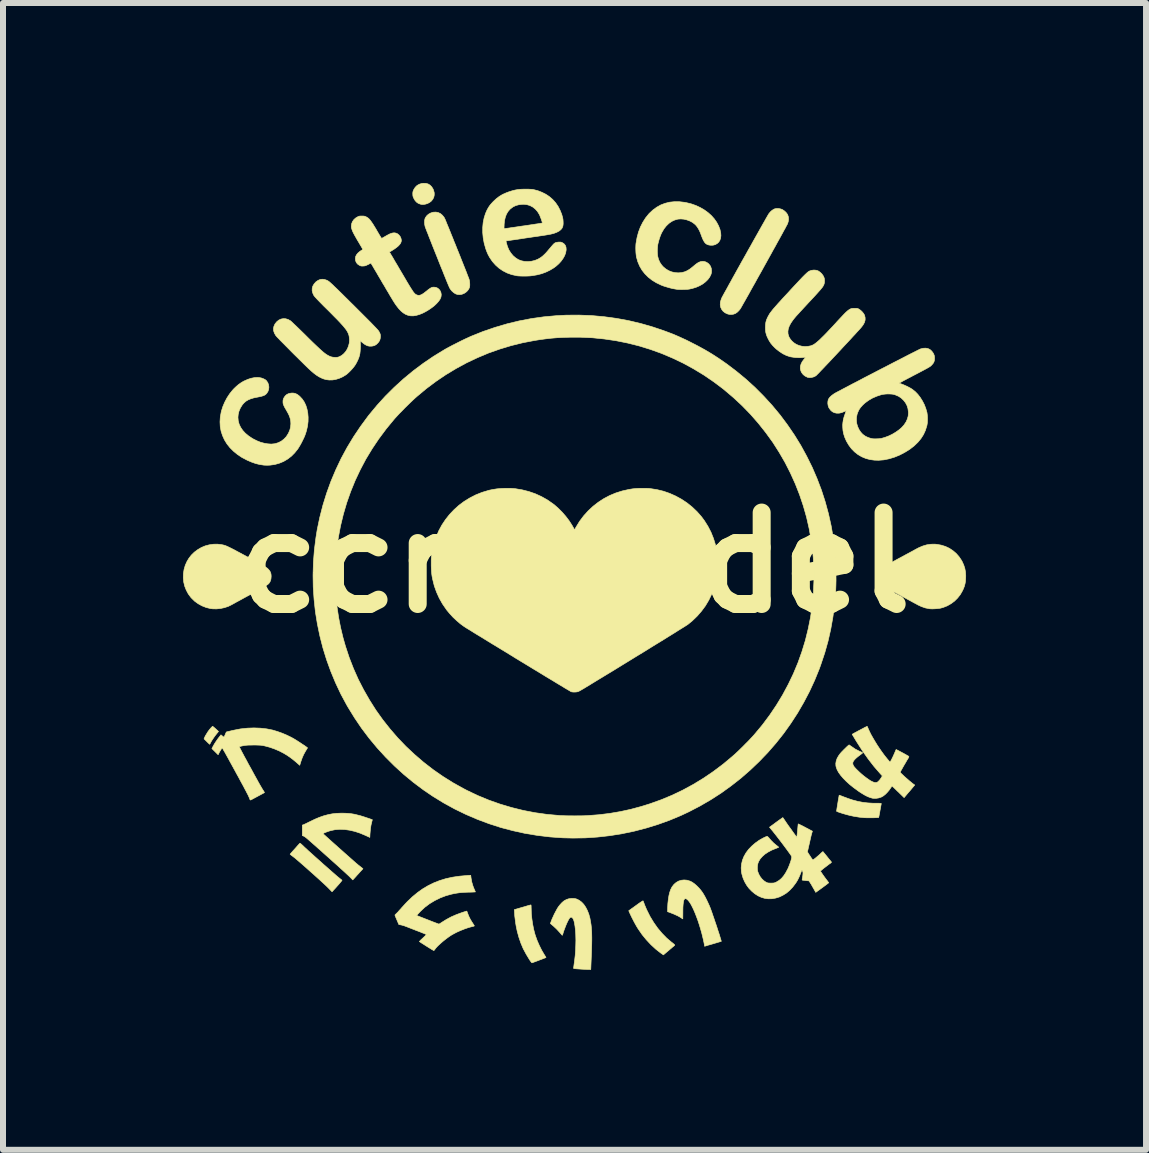
<source format=kicad_pcb>
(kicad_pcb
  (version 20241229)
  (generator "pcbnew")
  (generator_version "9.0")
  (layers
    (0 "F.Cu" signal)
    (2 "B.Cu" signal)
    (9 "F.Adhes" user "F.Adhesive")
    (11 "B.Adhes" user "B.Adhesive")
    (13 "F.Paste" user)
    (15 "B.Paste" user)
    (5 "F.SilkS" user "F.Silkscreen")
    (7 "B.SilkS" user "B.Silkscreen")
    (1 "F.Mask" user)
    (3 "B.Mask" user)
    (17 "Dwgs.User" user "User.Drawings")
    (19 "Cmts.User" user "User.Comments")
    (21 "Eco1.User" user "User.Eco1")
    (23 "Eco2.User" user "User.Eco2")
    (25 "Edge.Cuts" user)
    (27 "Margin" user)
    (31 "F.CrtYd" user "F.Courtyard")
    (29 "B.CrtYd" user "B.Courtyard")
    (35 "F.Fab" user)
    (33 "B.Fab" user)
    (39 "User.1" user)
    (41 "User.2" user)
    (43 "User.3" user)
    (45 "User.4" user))
  (footprint "ccroundel"
    (layer "F.Cu")
    (at 6.525 6.328)
    (property "Reference" "ccroundel" (at 0 0 0) (layer "F.SilkS") (effects (font (size 1.524 1.524) (thickness 0.3))))
    (attr through_hole)
    (fp_poly (pts (xy -6.014 2.741) (xy -6.002 2.751) (xy -5.986 2.765) (xy -5.968 2.781) (xy -5.965 2.784) (xy -5.933 2.814) (xy -5.967 2.856) (xy -5.992 2.888) (xy -6.016 2.922) (xy -6.038 2.955) (xy -6.057 2.986) (xy -6.066 3.004) (xy -6.073 3.017) (xy -6.079 3.026) (xy -6.081 3.028) (xy -6.085 3.024) (xy -6.095 3.015) (xy -6.11 3.001) (xy -6.127 2.984) (xy -6.129 2.982) (xy -6.174 2.937) (xy -6.165 2.915) (xy -6.152 2.887) (xy -6.133 2.856) (xy -6.112 2.822) (xy -6.089 2.79) (xy -6.066 2.762) (xy -6.051 2.746) (xy -6.031 2.727) (xy -6.014 2.741)) (stroke (width 0.01) (type solid)) (fill yes) (layer "F.SilkS"))
    (fp_poly (pts (xy -2.477 -6.322) (xy -2.44 -6.312) (xy -2.408 -6.293) (xy -2.38 -6.265) (xy -2.357 -6.228) (xy -2.347 -6.203) (xy -2.337 -6.164) (xy -2.337 -6.126) (xy -2.345 -6.089) (xy -2.362 -6.056) (xy -2.386 -6.026) (xy -2.417 -6.002) (xy -2.454 -5.984) (xy -2.489 -5.974) (xy -2.518 -5.97) (xy -2.542 -5.97) (xy -2.567 -5.975) (xy -2.57 -5.976) (xy -2.604 -5.989) (xy -2.632 -6.009) (xy -2.656 -6.035) (xy -2.677 -6.071) (xy -2.679 -6.075) (xy -2.688 -6.096) (xy -2.693 -6.114) (xy -2.694 -6.134) (xy -2.695 -6.147) (xy -2.694 -6.169) (xy -2.691 -6.186) (xy -2.685 -6.203) (xy -2.677 -6.22) (xy -2.654 -6.256) (xy -2.624 -6.286) (xy -2.587 -6.307) (xy -2.546 -6.32) (xy -2.519 -6.323) (xy -2.477 -6.322)) (stroke (width 0.01) (type solid)) (fill yes) (layer "F.SilkS"))
    (fp_poly (pts (xy -0.724 5.709) (xy -0.722 5.722) (xy -0.722 5.742) (xy -0.721 5.764) (xy -0.719 5.847) (xy -0.71 5.935) (xy -0.697 6.024) (xy -0.68 6.111) (xy -0.659 6.192) (xy -0.649 6.223) (xy -0.621 6.301) (xy -0.586 6.381) (xy -0.547 6.459) (xy -0.505 6.531) (xy -0.499 6.54) (xy -0.488 6.558) (xy -0.479 6.572) (xy -0.475 6.58) (xy -0.474 6.582) (xy -0.479 6.584) (xy -0.493 6.59) (xy -0.512 6.597) (xy -0.537 6.607) (xy -0.564 6.617) (xy -0.593 6.628) (xy -0.622 6.639) (xy -0.649 6.649) (xy -0.673 6.658) (xy -0.692 6.665) (xy -0.704 6.669) (xy -0.709 6.67) (xy -0.714 6.666) (xy -0.723 6.655) (xy -0.735 6.639) (xy -0.749 6.618) (xy -0.751 6.615) (xy -0.806 6.524) (xy -0.854 6.434) (xy -0.893 6.342) (xy -0.926 6.246) (xy -0.954 6.144) (xy -0.962 6.106) (xy -0.972 6.057) (xy -0.981 6.002) (xy -0.988 5.946) (xy -0.995 5.891) (xy -0.998 5.843) (xy -0.998 5.842) (xy -1.002 5.784) (xy -0.865 5.744) (xy -0.83 5.734) (xy -0.797 5.724) (xy -0.77 5.716) (xy -0.747 5.71) (xy -0.732 5.706) (xy -0.725 5.705) (xy -0.725 5.705) (xy -0.724 5.709)) (stroke (width 0.01) (type solid)) (fill yes) (layer "F.SilkS"))
    (fp_poly (pts (xy 1.143 5.637) (xy 1.146 5.643) (xy 1.152 5.657) (xy 1.159 5.676) (xy 1.163 5.687) (xy 1.172 5.711) (xy 1.184 5.739) (xy 1.197 5.77) (xy 1.208 5.794) (xy 1.26 5.898) (xy 1.32 5.997) (xy 1.386 6.091) (xy 1.459 6.178) (xy 1.536 6.257) (xy 1.619 6.328) (xy 1.627 6.333) (xy 1.648 6.35) (xy 1.662 6.362) (xy 1.669 6.37) (xy 1.672 6.376) (xy 1.67 6.378) (xy 1.664 6.384) (xy 1.652 6.395) (xy 1.634 6.409) (xy 1.614 6.427) (xy 1.591 6.446) (xy 1.568 6.466) (xy 1.545 6.485) (xy 1.524 6.503) (xy 1.506 6.518) (xy 1.492 6.53) (xy 1.484 6.537) (xy 1.482 6.538) (xy 1.478 6.535) (xy 1.467 6.527) (xy 1.451 6.516) (xy 1.438 6.507) (xy 1.355 6.442) (xy 1.275 6.368) (xy 1.199 6.287) (xy 1.128 6.2) (xy 1.065 6.109) (xy 1.056 6.095) (xy 1.038 6.066) (xy 1.017 6.029) (xy 0.995 5.989) (xy 0.973 5.946) (xy 0.952 5.905) (xy 0.934 5.867) (xy 0.921 5.839) (xy 0.905 5.802) (xy 1.022 5.718) (xy 1.052 5.696) (xy 1.08 5.676) (xy 1.104 5.66) (xy 1.123 5.648) (xy 1.136 5.64) (xy 1.142 5.637) (xy 1.143 5.637)) (stroke (width 0.01) (type solid)) (fill yes) (layer "F.SilkS"))
    (fp_poly (pts (xy 4.418 3.877) (xy 4.43 3.882) (xy 4.447 3.888) (xy 4.459 3.893) (xy 4.551 3.928) (xy 4.638 3.957) (xy 4.722 3.979) (xy 4.805 3.995) (xy 4.888 4.005) (xy 4.973 4.01) (xy 5.005 4.01) (xy 5.042 4.01) (xy 5.069 4.01) (xy 5.088 4.011) (xy 5.101 4.012) (xy 5.109 4.013) (xy 5.113 4.015) (xy 5.114 4.017) (xy 5.114 4.021) (xy 5.112 4.029) (xy 5.109 4.045) (xy 5.105 4.068) (xy 5.1 4.096) (xy 5.094 4.128) (xy 5.092 4.138) (xy 5.087 4.169) (xy 5.081 4.198) (xy 5.077 4.221) (xy 5.073 4.238) (xy 5.071 4.247) (xy 5.071 4.248) (xy 5.064 4.249) (xy 5.049 4.25) (xy 5.028 4.251) (xy 5.001 4.252) (xy 4.971 4.253) (xy 4.94 4.253) (xy 4.909 4.253) (xy 4.88 4.253) (xy 4.854 4.252) (xy 4.838 4.252) (xy 4.749 4.243) (xy 4.657 4.228) (xy 4.6 4.216) (xy 4.572 4.209) (xy 4.541 4.201) (xy 4.509 4.192) (xy 4.477 4.183) (xy 4.446 4.173) (xy 4.419 4.164) (xy 4.396 4.156) (xy 4.379 4.149) (xy 4.37 4.145) (xy 4.369 4.143) (xy 4.369 4.137) (xy 4.372 4.122) (xy 4.375 4.1) (xy 4.379 4.074) (xy 4.384 4.044) (xy 4.389 4.013) (xy 4.394 3.981) (xy 4.399 3.951) (xy 4.404 3.924) (xy 4.408 3.901) (xy 4.411 3.885) (xy 4.412 3.877) (xy 4.413 3.877) (xy 4.418 3.877)) (stroke (width 0.01) (type solid)) (fill yes) (layer "F.SilkS"))
    (fp_poly (pts (xy -4.572 4.678) (xy -4.561 4.686) (xy -4.545 4.7) (xy -4.525 4.718) (xy -4.51 4.733) (xy -4.491 4.751) (xy -4.465 4.774) (xy -4.435 4.803) (xy -4.399 4.835) (xy -4.36 4.87) (xy -4.318 4.908) (xy -4.274 4.947) (xy -4.229 4.987) (xy -4.184 5.028) (xy -4.139 5.067) (xy -4.095 5.106) (xy -4.054 5.142) (xy -4.015 5.176) (xy -3.981 5.206) (xy -3.951 5.232) (xy -3.926 5.252) (xy -3.908 5.267) (xy -3.904 5.27) (xy -3.89 5.281) (xy -3.879 5.29) (xy -3.874 5.294) (xy -3.876 5.298) (xy -3.884 5.309) (xy -3.898 5.326) (xy -3.915 5.347) (xy -3.936 5.371) (xy -3.955 5.392) (xy -3.978 5.418) (xy -3.999 5.441) (xy -4.017 5.46) (xy -4.03 5.475) (xy -4.038 5.483) (xy -4.041 5.486) (xy -4.044 5.482) (xy -4.054 5.472) (xy -4.068 5.458) (xy -4.086 5.439) (xy -4.107 5.418) (xy -4.124 5.401) (xy -4.147 5.379) (xy -4.176 5.352) (xy -4.21 5.321) (xy -4.247 5.287) (xy -4.287 5.251) (xy -4.328 5.214) (xy -4.37 5.176) (xy -4.382 5.166) (xy -4.437 5.117) (xy -4.485 5.074) (xy -4.527 5.037) (xy -4.563 5.006) (xy -4.594 4.979) (xy -4.621 4.956) (xy -4.643 4.937) (xy -4.662 4.921) (xy -4.678 4.909) (xy -4.692 4.898) (xy -4.704 4.889) (xy -4.711 4.884) (xy -4.725 4.873) (xy -4.735 4.865) (xy -4.739 4.861) (xy -4.739 4.861) (xy -4.736 4.856) (xy -4.727 4.845) (xy -4.712 4.828) (xy -4.693 4.806) (xy -4.67 4.781) (xy -4.644 4.752) (xy -4.616 4.72) (xy -4.586 4.687) (xy -4.577 4.677) (xy -4.572 4.678)) (stroke (width 0.01) (type solid)) (fill yes) (layer "F.SilkS"))
    (fp_poly (pts (xy -2.27 -5.835) (xy -2.234 -5.818) (xy -2.202 -5.791) (xy -2.174 -5.757) (xy -2.163 -5.737) (xy -2.159 -5.728) (xy -2.151 -5.711) (xy -2.141 -5.686) (xy -2.128 -5.653) (xy -2.112 -5.615) (xy -2.094 -5.571) (xy -2.074 -5.522) (xy -2.053 -5.469) (xy -2.03 -5.413) (xy -2.007 -5.354) (xy -1.982 -5.294) (xy -1.958 -5.233) (xy -1.933 -5.172) (xy -1.909 -5.112) (xy -1.886 -5.053) (xy -1.863 -4.996) (xy -1.842 -4.943) (xy -1.822 -4.893) (xy -1.804 -4.848) (xy -1.789 -4.808) (xy -1.776 -4.774) (xy -1.765 -4.747) (xy -1.758 -4.728) (xy -1.755 -4.719) (xy -1.749 -4.693) (xy -1.746 -4.661) (xy -1.745 -4.643) (xy -1.745 -4.619) (xy -1.747 -4.602) (xy -1.75 -4.588) (xy -1.756 -4.574) (xy -1.759 -4.566) (xy -1.78 -4.534) (xy -1.808 -4.508) (xy -1.84 -4.487) (xy -1.876 -4.473) (xy -1.913 -4.467) (xy -1.95 -4.47) (xy -1.951 -4.47) (xy -1.983 -4.481) (xy -2.015 -4.502) (xy -2.045 -4.529) (xy -2.07 -4.561) (xy -2.081 -4.58) (xy -2.085 -4.589) (xy -2.093 -4.607) (xy -2.104 -4.633) (xy -2.118 -4.666) (xy -2.134 -4.705) (xy -2.152 -4.75) (xy -2.172 -4.799) (xy -2.193 -4.853) (xy -2.216 -4.909) (xy -2.24 -4.968) (xy -2.264 -5.029) (xy -2.288 -5.09) (xy -2.313 -5.152) (xy -2.337 -5.212) (xy -2.361 -5.272) (xy -2.383 -5.328) (xy -2.404 -5.382) (xy -2.424 -5.432) (xy -2.441 -5.477) (xy -2.457 -5.516) (xy -2.47 -5.55) (xy -2.48 -5.576) (xy -2.487 -5.595) (xy -2.49 -5.604) (xy -2.496 -5.635) (xy -2.499 -5.669) (xy -2.498 -5.702) (xy -2.492 -5.731) (xy -2.485 -5.748) (xy -2.464 -5.779) (xy -2.435 -5.806) (xy -2.4 -5.826) (xy -2.362 -5.839) (xy -2.351 -5.841) (xy -2.309 -5.843) (xy -2.27 -5.835)) (stroke (width 0.01) (type solid)) (fill yes) (layer "F.SilkS"))
    (fp_poly (pts (xy 6.038 -0.305) (xy 6.112 -0.292) (xy 6.183 -0.27) (xy 6.249 -0.239) (xy 6.309 -0.199) (xy 6.363 -0.153) (xy 6.411 -0.098) (xy 6.452 -0.037) (xy 6.464 -0.015) (xy 6.489 0.041) (xy 6.507 0.097) (xy 6.518 0.156) (xy 6.522 0.218) (xy 6.521 0.258) (xy 6.518 0.309) (xy 6.51 0.354) (xy 6.498 0.398) (xy 6.48 0.443) (xy 6.467 0.47) (xy 6.431 0.533) (xy 6.386 0.59) (xy 6.335 0.641) (xy 6.277 0.684) (xy 6.214 0.72) (xy 6.146 0.747) (xy 6.109 0.757) (xy 6.087 0.762) (xy 6.059 0.765) (xy 6.027 0.768) (xy 5.994 0.77) (xy 5.963 0.771) (xy 5.937 0.77) (xy 5.921 0.769) (xy 5.849 0.755) (xy 5.783 0.732) (xy 5.723 0.704) (xy 5.711 0.697) (xy 5.691 0.686) (xy 5.664 0.672) (xy 5.631 0.654) (xy 5.593 0.633) (xy 5.55 0.61) (xy 5.504 0.585) (xy 5.456 0.559) (xy 5.417 0.537) (xy 5.368 0.511) (xy 5.322 0.486) (xy 5.278 0.462) (xy 5.238 0.44) (xy 5.203 0.42) (xy 5.174 0.404) (xy 5.151 0.391) (xy 5.136 0.382) (xy 5.129 0.377) (xy 5.102 0.352) (xy 5.08 0.321) (xy 5.065 0.285) (xy 5.057 0.247) (xy 5.058 0.209) (xy 5.058 0.205) (xy 5.063 0.183) (xy 5.071 0.161) (xy 5.076 0.149) (xy 5.081 0.139) (xy 5.087 0.129) (xy 5.094 0.12) (xy 5.102 0.111) (xy 5.113 0.101) (xy 5.127 0.091) (xy 5.145 0.079) (xy 5.167 0.065) (xy 5.194 0.049) (xy 5.227 0.03) (xy 5.266 0.008) (xy 5.313 -0.018) (xy 5.367 -0.048) (xy 5.415 -0.074) (xy 5.466 -0.101) (xy 5.515 -0.128) (xy 5.562 -0.153) (xy 5.606 -0.177) (xy 5.645 -0.198) (xy 5.679 -0.217) (xy 5.707 -0.232) (xy 5.728 -0.243) (xy 5.742 -0.25) (xy 5.742 -0.25) (xy 5.806 -0.277) (xy 5.873 -0.297) (xy 5.942 -0.307) (xy 6.01 -0.308) (xy 6.038 -0.305)) (stroke (width 0.01) (type solid)) (fill yes) (layer "F.SilkS"))
    (fp_poly (pts (xy -5.923 -0.305) (xy -5.905 -0.303) (xy -5.888 -0.301) (xy -5.872 -0.298) (xy -5.857 -0.295) (xy -5.841 -0.291) (xy -5.824 -0.286) (xy -5.806 -0.279) (xy -5.785 -0.27) (xy -5.762 -0.259) (xy -5.735 -0.246) (xy -5.703 -0.23) (xy -5.666 -0.211) (xy -5.624 -0.188) (xy -5.575 -0.162) (xy -5.519 -0.132) (xy -5.455 -0.098) (xy -5.405 -0.07) (xy -5.349 -0.04) (xy -5.3 -0.013) (xy -5.259 0.009) (xy -5.225 0.028) (xy -5.197 0.044) (xy -5.174 0.057) (xy -5.156 0.068) (xy -5.141 0.078) (xy -5.13 0.086) (xy -5.12 0.093) (xy -5.112 0.1) (xy -5.108 0.104) (xy -5.083 0.132) (xy -5.067 0.159) (xy -5.058 0.19) (xy -5.055 0.225) (xy -5.056 0.239) (xy -5.058 0.266) (xy -5.062 0.287) (xy -5.069 0.306) (xy -5.07 0.31) (xy -5.076 0.321) (xy -5.082 0.331) (xy -5.088 0.34) (xy -5.096 0.35) (xy -5.107 0.36) (xy -5.121 0.37) (xy -5.138 0.382) (xy -5.16 0.396) (xy -5.186 0.412) (xy -5.219 0.431) (xy -5.258 0.452) (xy -5.304 0.477) (xy -5.357 0.507) (xy -5.404 0.532) (xy -5.454 0.559) (xy -5.502 0.585) (xy -5.547 0.61) (xy -5.589 0.633) (xy -5.627 0.653) (xy -5.659 0.671) (xy -5.684 0.685) (xy -5.703 0.695) (xy -5.713 0.701) (xy -5.77 0.729) (xy -5.833 0.75) (xy -5.898 0.764) (xy -5.965 0.771) (xy -6.029 0.77) (xy -6.069 0.765) (xy -6.141 0.747) (xy -6.209 0.72) (xy -6.272 0.685) (xy -6.33 0.643) (xy -6.381 0.593) (xy -6.393 0.58) (xy -6.437 0.521) (xy -6.471 0.457) (xy -6.497 0.391) (xy -6.513 0.323) (xy -6.52 0.253) (xy -6.518 0.183) (xy -6.507 0.113) (xy -6.487 0.044) (xy -6.457 -0.022) (xy -6.429 -0.069) (xy -6.386 -0.125) (xy -6.336 -0.174) (xy -6.28 -0.216) (xy -6.219 -0.252) (xy -6.155 -0.279) (xy -6.087 -0.297) (xy -6.019 -0.307) (xy -5.949 -0.308) (xy -5.923 -0.305)) (stroke (width 0.01) (type solid)) (fill yes) (layer "F.SilkS"))
    (fp_poly (pts (xy 3.427 -5.898) (xy 3.457 -5.889) (xy 3.464 -5.886) (xy 3.496 -5.865) (xy 3.525 -5.839) (xy 3.547 -5.81) (xy 3.554 -5.797) (xy 3.566 -5.762) (xy 3.569 -5.723) (xy 3.563 -5.683) (xy 3.553 -5.652) (xy 3.55 -5.644) (xy 3.541 -5.628) (xy 3.528 -5.604) (xy 3.512 -5.573) (xy 3.491 -5.536) (xy 3.468 -5.493) (xy 3.441 -5.444) (xy 3.412 -5.391) (xy 3.38 -5.334) (xy 3.347 -5.273) (xy 3.311 -5.209) (xy 3.275 -5.143) (xy 3.237 -5.075) (xy 3.199 -5.006) (xy 3.16 -4.936) (xy 3.122 -4.867) (xy 3.083 -4.798) (xy 3.045 -4.73) (xy 3.009 -4.664) (xy 2.973 -4.601) (xy 2.939 -4.54) (xy 2.908 -4.483) (xy 2.878 -4.43) (xy 2.851 -4.382) (xy 2.827 -4.34) (xy 2.806 -4.303) (xy 2.789 -4.273) (xy 2.776 -4.25) (xy 2.767 -4.235) (xy 2.763 -4.229) (xy 2.74 -4.2) (xy 2.713 -4.174) (xy 2.686 -4.155) (xy 2.68 -4.152) (xy 2.65 -4.141) (xy 2.615 -4.136) (xy 2.58 -4.138) (xy 2.552 -4.145) (xy 2.511 -4.164) (xy 2.478 -4.19) (xy 2.454 -4.221) (xy 2.437 -4.257) (xy 2.43 -4.297) (xy 2.432 -4.339) (xy 2.438 -4.363) (xy 2.447 -4.391) (xy 2.455 -4.411) (xy 2.46 -4.422) (xy 2.47 -4.44) (xy 2.484 -4.466) (xy 2.502 -4.499) (xy 2.524 -4.538) (xy 2.549 -4.583) (xy 2.576 -4.633) (xy 2.607 -4.688) (xy 2.639 -4.747) (xy 2.673 -4.808) (xy 2.709 -4.873) (xy 2.746 -4.939) (xy 2.784 -5.008) (xy 2.823 -5.077) (xy 2.862 -5.146) (xy 2.9 -5.215) (xy 2.939 -5.283) (xy 2.976 -5.35) (xy 3.012 -5.414) (xy 3.047 -5.476) (xy 3.08 -5.535) (xy 3.111 -5.59) (xy 3.139 -5.64) (xy 3.165 -5.685) (xy 3.187 -5.725) (xy 3.206 -5.758) (xy 3.221 -5.784) (xy 3.232 -5.803) (xy 3.239 -5.814) (xy 3.24 -5.816) (xy 3.266 -5.847) (xy 3.295 -5.873) (xy 3.326 -5.892) (xy 3.335 -5.896) (xy 3.362 -5.902) (xy 3.395 -5.903) (xy 3.427 -5.898)) (stroke (width 0.01) (type solid)) (fill yes) (layer "F.SilkS"))
    (fp_poly (pts (xy -0.007 5.598) (xy 0.019 5.602) (xy 0.036 5.607) (xy 0.079 5.628) (xy 0.119 5.658) (xy 0.155 5.696) (xy 0.187 5.743) (xy 0.215 5.797) (xy 0.239 5.858) (xy 0.258 5.926) (xy 0.271 5.999) (xy 0.271 6) (xy 0.277 6.037) (xy 0.281 6.075) (xy 0.284 6.113) (xy 0.287 6.154) (xy 0.288 6.197) (xy 0.289 6.244) (xy 0.289 6.296) (xy 0.288 6.354) (xy 0.286 6.419) (xy 0.284 6.492) (xy 0.281 6.562) (xy 0.272 6.782) (xy 0.229 6.781) (xy 0.209 6.781) (xy 0.182 6.779) (xy 0.151 6.778) (xy 0.116 6.776) (xy 0.087 6.774) (xy 0.057 6.772) (xy 0.03 6.77) (xy 0.008 6.768) (xy -0.007 6.766) (xy -0.013 6.765) (xy -0.013 6.765) (xy -0.014 6.759) (xy -0.013 6.745) (xy -0.01 6.725) (xy -0.007 6.701) (xy -0.006 6.694) (xy 0.004 6.621) (xy 0.013 6.542) (xy 0.019 6.459) (xy 0.022 6.376) (xy 0.024 6.295) (xy 0.022 6.22) (xy 0.021 6.185) (xy 0.016 6.118) (xy 0.009 6.06) (xy 0.001 6.012) (xy -0.008 5.972) (xy -0.019 5.943) (xy -0.032 5.923) (xy -0.033 5.922) (xy -0.047 5.911) (xy -0.06 5.909) (xy -0.075 5.918) (xy -0.078 5.922) (xy -0.088 5.934) (xy -0.1 5.955) (xy -0.114 5.982) (xy -0.129 6.014) (xy -0.144 6.05) (xy -0.158 6.086) (xy -0.172 6.123) (xy -0.184 6.158) (xy -0.189 6.174) (xy -0.194 6.192) (xy -0.199 6.205) (xy -0.203 6.211) (xy -0.203 6.212) (xy -0.208 6.207) (xy -0.217 6.197) (xy -0.23 6.182) (xy -0.246 6.163) (xy -0.247 6.162) (xy -0.293 6.112) (xy -0.348 6.06) (xy -0.385 6.029) (xy -0.401 6.015) (xy -0.386 5.973) (xy -0.373 5.94) (xy -0.355 5.901) (xy -0.336 5.859) (xy -0.315 5.819) (xy -0.295 5.782) (xy -0.284 5.762) (xy -0.262 5.729) (xy -0.236 5.697) (xy -0.209 5.668) (xy -0.183 5.645) (xy -0.168 5.634) (xy -0.13 5.614) (xy -0.092 5.602) (xy -0.049 5.597) (xy -0.038 5.597) (xy -0.007 5.598)) (stroke (width 0.01) (type solid)) (fill yes) (layer "F.SilkS"))
    (fp_poly (pts (xy 1.876 5.293) (xy 1.925 5.308) (xy 1.933 5.311) (xy 1.965 5.328) (xy 2 5.353) (xy 2.036 5.384) (xy 2.071 5.419) (xy 2.104 5.457) (xy 2.132 5.495) (xy 2.133 5.496) (xy 2.156 5.533) (xy 2.18 5.576) (xy 2.205 5.625) (xy 2.229 5.676) (xy 2.252 5.727) (xy 2.259 5.745) (xy 2.267 5.764) (xy 2.276 5.79) (xy 2.288 5.822) (xy 2.3 5.858) (xy 2.314 5.899) (xy 2.329 5.942) (xy 2.344 5.987) (xy 2.36 6.033) (xy 2.375 6.078) (xy 2.389 6.123) (xy 2.403 6.165) (xy 2.416 6.204) (xy 2.426 6.238) (xy 2.435 6.267) (xy 2.442 6.29) (xy 2.446 6.305) (xy 2.448 6.312) (xy 2.448 6.312) (xy 2.443 6.314) (xy 2.429 6.318) (xy 2.408 6.324) (xy 2.382 6.332) (xy 2.351 6.341) (xy 2.322 6.35) (xy 2.287 6.36) (xy 2.255 6.369) (xy 2.227 6.377) (xy 2.205 6.384) (xy 2.189 6.389) (xy 2.183 6.391) (xy 2.173 6.393) (xy 2.169 6.394) (xy 2.168 6.383) (xy 2.165 6.364) (xy 2.16 6.339) (xy 2.154 6.31) (xy 2.147 6.278) (xy 2.139 6.245) (xy 2.131 6.213) (xy 2.124 6.183) (xy 2.123 6.18) (xy 2.102 6.105) (xy 2.08 6.033) (xy 2.057 5.963) (xy 2.033 5.898) (xy 2.009 5.837) (xy 1.985 5.781) (xy 1.961 5.732) (xy 1.938 5.689) (xy 1.915 5.654) (xy 1.894 5.628) (xy 1.875 5.611) (xy 1.874 5.61) (xy 1.859 5.602) (xy 1.846 5.601) (xy 1.836 5.606) (xy 1.827 5.618) (xy 1.82 5.637) (xy 1.815 5.665) (xy 1.811 5.701) (xy 1.808 5.746) (xy 1.807 5.8) (xy 1.807 5.828) (xy 1.806 5.938) (xy 1.788 5.927) (xy 1.773 5.917) (xy 1.758 5.908) (xy 1.757 5.907) (xy 1.741 5.898) (xy 1.719 5.886) (xy 1.692 5.874) (xy 1.662 5.86) (xy 1.632 5.848) (xy 1.604 5.837) (xy 1.6 5.835) (xy 1.552 5.818) (xy 1.553 5.757) (xy 1.557 5.681) (xy 1.565 5.611) (xy 1.575 5.548) (xy 1.589 5.492) (xy 1.606 5.444) (xy 1.626 5.406) (xy 1.627 5.404) (xy 1.659 5.363) (xy 1.696 5.331) (xy 1.736 5.308) (xy 1.781 5.294) (xy 1.827 5.289) (xy 1.876 5.293)) (stroke (width 0.01) (type solid)) (fill yes) (layer "F.SilkS"))
    (fp_poly (pts (xy -3.82 4.177) (xy -3.77 4.18) (xy -3.721 4.185) (xy -3.672 4.193) (xy -3.622 4.205) (xy -3.567 4.219) (xy -3.506 4.238) (xy -3.462 4.253) (xy -3.433 4.262) (xy -3.408 4.271) (xy -3.388 4.278) (xy -3.375 4.282) (xy -3.37 4.284) (xy -3.37 4.284) (xy -3.37 4.289) (xy -3.373 4.302) (xy -3.378 4.32) (xy -3.38 4.329) (xy -3.391 4.375) (xy -3.399 4.427) (xy -3.405 4.487) (xy -3.408 4.522) (xy -3.411 4.58) (xy -3.485 4.546) (xy -3.573 4.509) (xy -3.661 4.48) (xy -3.747 4.46) (xy -3.831 4.448) (xy -3.912 4.445) (xy -3.989 4.451) (xy -4.06 4.466) (xy -4.081 4.472) (xy -4.105 4.48) (xy -4.128 4.488) (xy -4.151 4.497) (xy -4.17 4.505) (xy -4.184 4.511) (xy -4.191 4.516) (xy -4.191 4.516) (xy -4.187 4.52) (xy -4.177 4.531) (xy -4.16 4.546) (xy -4.137 4.567) (xy -4.109 4.592) (xy -4.077 4.621) (xy -4.04 4.654) (xy -4.001 4.689) (xy -3.959 4.726) (xy -3.941 4.743) (xy -3.885 4.792) (xy -3.836 4.836) (xy -3.793 4.874) (xy -3.757 4.906) (xy -3.725 4.934) (xy -3.699 4.957) (xy -3.677 4.977) (xy -3.658 4.993) (xy -3.643 5.007) (xy -3.63 5.018) (xy -3.618 5.027) (xy -3.609 5.035) (xy -3.6 5.043) (xy -3.591 5.049) (xy -3.583 5.056) (xy -3.573 5.064) (xy -3.572 5.064) (xy -3.525 5.102) (xy -3.537 5.115) (xy -3.544 5.123) (xy -3.557 5.137) (xy -3.574 5.155) (xy -3.594 5.178) (xy -3.616 5.202) (xy -3.622 5.208) (xy -3.643 5.232) (xy -3.662 5.253) (xy -3.678 5.27) (xy -3.689 5.282) (xy -3.694 5.288) (xy -3.695 5.288) (xy -3.699 5.285) (xy -3.708 5.275) (xy -3.722 5.261) (xy -3.74 5.243) (xy -3.749 5.233) (xy -3.76 5.223) (xy -3.777 5.207) (xy -3.801 5.185) (xy -3.83 5.158) (xy -3.864 5.127) (xy -3.902 5.093) (xy -3.943 5.055) (xy -3.987 5.016) (xy -4.033 4.975) (xy -4.08 4.932) (xy -4.128 4.89) (xy -4.175 4.848) (xy -4.221 4.806) (xy -4.266 4.767) (xy -4.308 4.729) (xy -4.348 4.694) (xy -4.383 4.663) (xy -4.414 4.636) (xy -4.44 4.613) (xy -4.46 4.596) (xy -4.472 4.586) (xy -4.489 4.573) (xy -4.506 4.562) (xy -4.519 4.556) (xy -4.536 4.55) (xy -4.536 4.374) (xy -4.522 4.371) (xy -4.514 4.367) (xy -4.498 4.36) (xy -4.476 4.35) (xy -4.45 4.337) (xy -4.42 4.322) (xy -4.411 4.318) (xy -4.329 4.278) (xy -4.253 4.246) (xy -4.179 4.22) (xy -4.108 4.201) (xy -4.038 4.187) (xy -3.966 4.179) (xy -3.891 4.176) (xy -3.874 4.176) (xy -3.82 4.177)) (stroke (width 0.01) (type solid)) (fill yes) (layer "F.SilkS"))
    (fp_poly (pts (xy -5.249 -3.084) (xy -5.216 -3.077) (xy -5.184 -3.065) (xy -5.156 -3.051) (xy -5.136 -3.035) (xy -5.133 -3.031) (xy -5.111 -2.999) (xy -5.098 -2.963) (xy -5.093 -2.925) (xy -5.097 -2.888) (xy -5.109 -2.853) (xy -5.129 -2.822) (xy -5.136 -2.814) (xy -5.15 -2.801) (xy -5.166 -2.791) (xy -5.187 -2.782) (xy -5.212 -2.774) (xy -5.245 -2.766) (xy -5.286 -2.758) (xy -5.286 -2.758) (xy -5.345 -2.746) (xy -5.395 -2.731) (xy -5.438 -2.713) (xy -5.475 -2.691) (xy -5.506 -2.664) (xy -5.534 -2.633) (xy -5.536 -2.63) (xy -5.569 -2.577) (xy -5.592 -2.523) (xy -5.605 -2.468) (xy -5.609 -2.421) (xy -5.604 -2.363) (xy -5.589 -2.308) (xy -5.564 -2.255) (xy -5.53 -2.205) (xy -5.486 -2.157) (xy -5.432 -2.112) (xy -5.369 -2.07) (xy -5.349 -2.059) (xy -5.291 -2.03) (xy -5.231 -2.006) (xy -5.17 -1.99) (xy -5.111 -1.98) (xy -5.054 -1.976) (xy -5.002 -1.981) (xy -4.989 -1.983) (xy -4.935 -2) (xy -4.886 -2.025) (xy -4.842 -2.059) (xy -4.803 -2.1) (xy -4.772 -2.149) (xy -4.763 -2.166) (xy -4.744 -2.212) (xy -4.733 -2.255) (xy -4.728 -2.301) (xy -4.727 -2.316) (xy -4.729 -2.353) (xy -4.734 -2.387) (xy -4.744 -2.422) (xy -4.758 -2.459) (xy -4.779 -2.5) (xy -4.805 -2.546) (xy -4.806 -2.548) (xy -4.826 -2.581) (xy -4.84 -2.609) (xy -4.85 -2.632) (xy -4.856 -2.652) (xy -4.858 -2.673) (xy -4.858 -2.682) (xy -4.857 -2.706) (xy -4.852 -2.726) (xy -4.844 -2.745) (xy -4.823 -2.777) (xy -4.797 -2.801) (xy -4.765 -2.817) (xy -4.728 -2.825) (xy -4.707 -2.827) (xy -4.675 -2.825) (xy -4.647 -2.817) (xy -4.62 -2.804) (xy -4.592 -2.783) (xy -4.578 -2.771) (xy -4.538 -2.728) (xy -4.504 -2.678) (xy -4.477 -2.621) (xy -4.458 -2.56) (xy -4.445 -2.494) (xy -4.439 -2.424) (xy -4.44 -2.352) (xy -4.449 -2.278) (xy -4.466 -2.202) (xy -4.481 -2.153) (xy -4.493 -2.12) (xy -4.509 -2.082) (xy -4.529 -2.041) (xy -4.55 -1.999) (xy -4.572 -1.959) (xy -4.593 -1.924) (xy -4.611 -1.895) (xy -4.611 -1.895) (xy -4.664 -1.829) (xy -4.721 -1.772) (xy -4.783 -1.725) (xy -4.849 -1.686) (xy -4.92 -1.657) (xy -4.994 -1.636) (xy -5.073 -1.625) (xy -5.095 -1.624) (xy -5.122 -1.623) (xy -5.151 -1.624) (xy -5.176 -1.625) (xy -5.182 -1.626) (xy -5.248 -1.636) (xy -5.314 -1.652) (xy -5.382 -1.676) (xy -5.454 -1.707) (xy -5.458 -1.709) (xy -5.542 -1.753) (xy -5.617 -1.803) (xy -5.684 -1.858) (xy -5.743 -1.917) (xy -5.793 -1.98) (xy -5.834 -2.047) (xy -5.866 -2.118) (xy -5.89 -2.191) (xy -5.904 -2.268) (xy -5.908 -2.347) (xy -5.903 -2.427) (xy -5.888 -2.51) (xy -5.885 -2.524) (xy -5.861 -2.6) (xy -5.829 -2.675) (xy -5.791 -2.747) (xy -5.747 -2.814) (xy -5.699 -2.874) (xy -5.674 -2.901) (xy -5.633 -2.94) (xy -5.595 -2.972) (xy -5.556 -2.999) (xy -5.514 -3.024) (xy -5.507 -3.027) (xy -5.447 -3.054) (xy -5.389 -3.073) (xy -5.333 -3.084) (xy -5.28 -3.087) (xy -5.249 -3.084)) (stroke (width 0.01) (type solid)) (fill yes) (layer "F.SilkS"))
    (fp_poly (pts (xy 1.747 -6.016) (xy 1.834 -6.006) (xy 1.87 -5.999) (xy 1.95 -5.979) (xy 2.026 -5.952) (xy 2.098 -5.918) (xy 2.165 -5.879) (xy 2.227 -5.834) (xy 2.282 -5.785) (xy 2.33 -5.731) (xy 2.37 -5.674) (xy 2.402 -5.614) (xy 2.426 -5.552) (xy 2.438 -5.494) (xy 2.441 -5.45) (xy 2.436 -5.41) (xy 2.424 -5.373) (xy 2.405 -5.343) (xy 2.383 -5.322) (xy 2.348 -5.301) (xy 2.31 -5.291) (xy 2.272 -5.29) (xy 2.241 -5.294) (xy 2.216 -5.302) (xy 2.194 -5.314) (xy 2.175 -5.332) (xy 2.158 -5.357) (xy 2.141 -5.389) (xy 2.124 -5.43) (xy 2.118 -5.446) (xy 2.1 -5.495) (xy 2.082 -5.536) (xy 2.063 -5.57) (xy 2.045 -5.598) (xy 2.024 -5.624) (xy 2.004 -5.643) (xy 1.966 -5.672) (xy 1.922 -5.695) (xy 1.873 -5.713) (xy 1.823 -5.725) (xy 1.773 -5.729) (xy 1.726 -5.726) (xy 1.725 -5.726) (xy 1.672 -5.711) (xy 1.622 -5.688) (xy 1.575 -5.655) (xy 1.531 -5.613) (xy 1.492 -5.564) (xy 1.458 -5.506) (xy 1.453 -5.497) (xy 1.44 -5.468) (xy 1.426 -5.432) (xy 1.413 -5.393) (xy 1.402 -5.354) (xy 1.393 -5.318) (xy 1.389 -5.301) (xy 1.385 -5.267) (xy 1.382 -5.228) (xy 1.381 -5.189) (xy 1.383 -5.151) (xy 1.386 -5.119) (xy 1.387 -5.11) (xy 1.401 -5.055) (xy 1.423 -5.006) (xy 1.453 -4.961) (xy 1.481 -4.93) (xy 1.523 -4.895) (xy 1.571 -4.866) (xy 1.622 -4.846) (xy 1.676 -4.834) (xy 1.73 -4.83) (xy 1.784 -4.834) (xy 1.836 -4.847) (xy 1.871 -4.862) (xy 1.893 -4.874) (xy 1.913 -4.886) (xy 1.933 -4.9) (xy 1.956 -4.918) (xy 1.983 -4.94) (xy 1.992 -4.948) (xy 2.014 -4.966) (xy 2.036 -4.983) (xy 2.057 -4.997) (xy 2.07 -5.005) (xy 2.105 -5.018) (xy 2.14 -5.022) (xy 2.175 -5.017) (xy 2.207 -5.003) (xy 2.236 -4.982) (xy 2.26 -4.953) (xy 2.27 -4.935) (xy 2.281 -4.903) (xy 2.285 -4.867) (xy 2.283 -4.831) (xy 2.276 -4.805) (xy 2.254 -4.76) (xy 2.223 -4.718) (xy 2.183 -4.679) (xy 2.137 -4.644) (xy 2.084 -4.614) (xy 2.026 -4.589) (xy 1.964 -4.57) (xy 1.913 -4.559) (xy 1.889 -4.556) (xy 1.857 -4.554) (xy 1.822 -4.553) (xy 1.785 -4.552) (xy 1.751 -4.553) (xy 1.721 -4.554) (xy 1.712 -4.555) (xy 1.675 -4.561) (xy 1.631 -4.569) (xy 1.584 -4.581) (xy 1.536 -4.595) (xy 1.49 -4.609) (xy 1.449 -4.625) (xy 1.445 -4.626) (xy 1.366 -4.664) (xy 1.294 -4.708) (xy 1.23 -4.758) (xy 1.174 -4.814) (xy 1.126 -4.875) (xy 1.087 -4.942) (xy 1.056 -5.015) (xy 1.034 -5.092) (xy 1.033 -5.095) (xy 1.029 -5.125) (xy 1.025 -5.161) (xy 1.023 -5.201) (xy 1.022 -5.242) (xy 1.023 -5.281) (xy 1.025 -5.314) (xy 1.026 -5.321) (xy 1.043 -5.417) (xy 1.067 -5.508) (xy 1.099 -5.593) (xy 1.139 -5.672) (xy 1.185 -5.745) (xy 1.238 -5.811) (xy 1.248 -5.822) (xy 1.308 -5.878) (xy 1.371 -5.924) (xy 1.439 -5.962) (xy 1.51 -5.989) (xy 1.585 -6.008) (xy 1.664 -6.016) (xy 1.747 -6.016)) (stroke (width 0.01) (type solid)) (fill yes) (layer "F.SilkS"))
    (fp_poly (pts (xy -1.723 5.259) (xy -1.711 5.325) (xy -1.691 5.392) (xy -1.671 5.442) (xy -1.662 5.461) (xy -1.656 5.477) (xy -1.652 5.486) (xy -1.651 5.488) (xy -1.656 5.489) (xy -1.669 5.49) (xy -1.69 5.491) (xy -1.717 5.492) (xy -1.748 5.493) (xy -1.767 5.493) (xy -1.823 5.495) (xy -1.871 5.498) (xy -1.915 5.502) (xy -1.957 5.508) (xy -1.999 5.515) (xy -2.045 5.525) (xy -2.046 5.525) (xy -2.144 5.552) (xy -2.238 5.588) (xy -2.329 5.633) (xy -2.415 5.685) (xy -2.495 5.745) (xy -2.568 5.813) (xy -2.598 5.845) (xy -2.631 5.881) (xy -2.447 5.953) (xy -2.406 5.969) (xy -2.368 5.984) (xy -2.334 5.997) (xy -2.305 6.008) (xy -2.282 6.016) (xy -2.267 6.022) (xy -2.259 6.025) (xy -2.259 6.025) (xy -2.253 6.022) (xy -2.241 6.015) (xy -2.225 6.005) (xy -2.218 6) (xy -2.138 5.95) (xy -2.055 5.905) (xy -1.968 5.867) (xy -1.875 5.833) (xy -1.835 5.82) (xy -1.794 5.808) (xy -1.78 5.846) (xy -1.762 5.892) (xy -1.738 5.941) (xy -1.71 5.988) (xy -1.694 6.012) (xy -1.683 6.03) (xy -1.674 6.044) (xy -1.669 6.053) (xy -1.669 6.055) (xy -1.674 6.058) (xy -1.687 6.062) (xy -1.7 6.065) (xy -1.764 6.082) (xy -1.831 6.105) (xy -1.899 6.132) (xy -1.966 6.162) (xy -2.026 6.194) (xy -2.052 6.209) (xy -2.087 6.232) (xy -2.124 6.259) (xy -2.162 6.288) (xy -2.199 6.318) (xy -2.234 6.349) (xy -2.266 6.378) (xy -2.293 6.405) (xy -2.314 6.429) (xy -2.325 6.445) (xy -2.334 6.457) (xy -2.342 6.465) (xy -2.344 6.466) (xy -2.35 6.464) (xy -2.363 6.456) (xy -2.382 6.445) (xy -2.406 6.43) (xy -2.434 6.413) (xy -2.465 6.393) (xy -2.466 6.393) (xy -2.497 6.373) (xy -2.525 6.355) (xy -2.549 6.34) (xy -2.567 6.328) (xy -2.58 6.319) (xy -2.585 6.315) (xy -2.585 6.315) (xy -2.581 6.311) (xy -2.572 6.301) (xy -2.558 6.286) (xy -2.539 6.269) (xy -2.525 6.256) (xy -2.5 6.232) (xy -2.483 6.215) (xy -2.473 6.203) (xy -2.471 6.197) (xy -2.471 6.196) (xy -2.477 6.194) (xy -2.492 6.188) (xy -2.513 6.179) (xy -2.54 6.169) (xy -2.571 6.156) (xy -2.605 6.143) (xy -2.642 6.129) (xy -2.678 6.115) (xy -2.714 6.101) (xy -2.747 6.088) (xy -2.778 6.076) (xy -2.803 6.066) (xy -2.823 6.059) (xy -2.835 6.054) (xy -2.856 6.048) (xy -2.881 6.041) (xy -2.895 6.038) (xy -2.927 6.032) (xy -2.959 5.957) (xy -2.97 5.931) (xy -2.98 5.908) (xy -2.987 5.89) (xy -2.991 5.878) (xy -2.992 5.875) (xy -2.988 5.868) (xy -2.98 5.86) (xy -2.973 5.854) (xy -2.96 5.841) (xy -2.943 5.824) (xy -2.924 5.802) (xy -2.902 5.778) (xy -2.898 5.774) (xy -2.874 5.746) (xy -2.848 5.718) (xy -2.823 5.69) (xy -2.801 5.667) (xy -2.785 5.65) (xy -2.701 5.57) (xy -2.615 5.499) (xy -2.528 5.437) (xy -2.437 5.383) (xy -2.343 5.337) (xy -2.244 5.298) (xy -2.141 5.267) (xy -2.031 5.243) (xy -1.915 5.226) (xy -1.791 5.215) (xy -1.785 5.214) (xy -1.729 5.211) (xy -1.723 5.259)) (stroke (width 0.01) (type solid)) (fill yes) (layer "F.SilkS"))
    (fp_poly (pts (xy -5.235 2.759) (xy -5.129 2.771) (xy -5.029 2.791) (xy -5.02 2.794) (xy -4.95 2.815) (xy -4.874 2.842) (xy -4.798 2.874) (xy -4.722 2.911) (xy -4.698 2.924) (xy -4.68 2.934) (xy -4.655 2.949) (xy -4.626 2.967) (xy -4.595 2.987) (xy -4.563 3.008) (xy -4.532 3.029) (xy -4.503 3.047) (xy -4.48 3.064) (xy -4.463 3.076) (xy -4.461 3.078) (xy -4.449 3.087) (xy -4.483 3.143) (xy -4.513 3.197) (xy -4.537 3.251) (xy -4.558 3.31) (xy -4.565 3.331) (xy -4.579 3.378) (xy -4.605 3.355) (xy -4.637 3.327) (xy -4.673 3.297) (xy -4.71 3.268) (xy -4.746 3.241) (xy -4.777 3.22) (xy -4.777 3.219) (xy -4.845 3.178) (xy -4.92 3.139) (xy -5 3.105) (xy -5.08 3.077) (xy -5.159 3.056) (xy -5.177 3.052) (xy -5.198 3.048) (xy -5.217 3.045) (xy -5.237 3.043) (xy -5.259 3.042) (xy -5.286 3.041) (xy -5.319 3.04) (xy -5.349 3.04) (xy -5.389 3.041) (xy -5.42 3.041) (xy -5.445 3.042) (xy -5.467 3.044) (xy -5.487 3.046) (xy -5.506 3.049) (xy -5.523 3.052) (xy -5.547 3.057) (xy -5.566 3.062) (xy -5.58 3.066) (xy -5.586 3.069) (xy -5.584 3.074) (xy -5.577 3.089) (xy -5.565 3.112) (xy -5.549 3.144) (xy -5.527 3.185) (xy -5.501 3.234) (xy -5.469 3.292) (xy -5.433 3.36) (xy -5.391 3.435) (xy -5.345 3.52) (xy -5.294 3.612) (xy -5.275 3.647) (xy -5.255 3.683) (xy -5.236 3.716) (xy -5.219 3.745) (xy -5.205 3.769) (xy -5.196 3.784) (xy -5.183 3.803) (xy -5.174 3.818) (xy -5.168 3.829) (xy -5.167 3.832) (xy -5.173 3.836) (xy -5.186 3.844) (xy -5.205 3.854) (xy -5.229 3.867) (xy -5.255 3.881) (xy -5.283 3.896) (xy -5.311 3.911) (xy -5.337 3.925) (xy -5.361 3.938) (xy -5.38 3.948) (xy -5.394 3.955) (xy -5.4 3.957) (xy -5.4 3.957) (xy -5.406 3.953) (xy -5.409 3.948) (xy -5.413 3.937) (xy -5.417 3.925) (xy -5.423 3.912) (xy -5.43 3.897) (xy -5.438 3.879) (xy -5.448 3.859) (xy -5.461 3.835) (xy -5.475 3.807) (xy -5.493 3.774) (xy -5.513 3.735) (xy -5.537 3.691) (xy -5.565 3.64) (xy -5.596 3.582) (xy -5.632 3.517) (xy -5.672 3.443) (xy -5.674 3.44) (xy -5.71 3.374) (xy -5.742 3.316) (xy -5.769 3.266) (xy -5.793 3.223) (xy -5.813 3.187) (xy -5.829 3.158) (xy -5.843 3.135) (xy -5.853 3.117) (xy -5.861 3.103) (xy -5.867 3.095) (xy -5.87 3.09) (xy -5.872 3.089) (xy -5.876 3.093) (xy -5.884 3.104) (xy -5.894 3.119) (xy -5.905 3.138) (xy -5.916 3.156) (xy -5.925 3.174) (xy -5.928 3.18) (xy -5.939 3.202) (xy -6.043 3.099) (xy -6.023 3.061) (xy -6.003 3.025) (xy -5.978 2.986) (xy -5.95 2.945) (xy -5.922 2.908) (xy -5.919 2.905) (xy -5.892 2.87) (xy -5.868 2.89) (xy -5.855 2.9) (xy -5.845 2.906) (xy -5.841 2.907) (xy -5.838 2.901) (xy -5.831 2.888) (xy -5.824 2.87) (xy -5.821 2.865) (xy -5.814 2.847) (xy -5.807 2.833) (xy -5.803 2.824) (xy -5.802 2.823) (xy -5.796 2.821) (xy -5.781 2.817) (xy -5.76 2.812) (xy -5.734 2.806) (xy -5.705 2.799) (xy -5.673 2.792) (xy -5.642 2.786) (xy -5.612 2.78) (xy -5.585 2.775) (xy -5.563 2.771) (xy -5.563 2.771) (xy -5.453 2.759) (xy -5.343 2.755) (xy -5.235 2.759)) (stroke (width 0.01) (type solid)) (fill yes) (layer "F.SilkS"))
    (fp_poly (pts (xy 1.183 -1.239) (xy 1.235 -1.237) (xy 1.264 -1.234) (xy 1.374 -1.217) (xy 1.482 -1.191) (xy 1.586 -1.155) (xy 1.687 -1.11) (xy 1.784 -1.057) (xy 1.876 -0.996) (xy 1.962 -0.927) (xy 2.042 -0.851) (xy 2.115 -0.768) (xy 2.165 -0.701) (xy 2.224 -0.607) (xy 2.275 -0.509) (xy 2.316 -0.407) (xy 2.349 -0.302) (xy 2.372 -0.195) (xy 2.387 -0.086) (xy 2.392 0.024) (xy 2.388 0.133) (xy 2.374 0.241) (xy 2.359 0.31) (xy 2.329 0.419) (xy 2.288 0.524) (xy 2.24 0.624) (xy 2.183 0.72) (xy 2.117 0.809) (xy 2.044 0.893) (xy 1.964 0.97) (xy 1.892 1.029) (xy 1.883 1.035) (xy 1.866 1.046) (xy 1.841 1.062) (xy 1.809 1.082) (xy 1.77 1.106) (xy 1.725 1.134) (xy 1.675 1.166) (xy 1.62 1.2) (xy 1.56 1.237) (xy 1.496 1.277) (xy 1.428 1.319) (xy 1.357 1.362) (xy 1.284 1.407) (xy 1.209 1.454) (xy 1.133 1.501) (xy 1.055 1.548) (xy 0.977 1.596) (xy 0.899 1.644) (xy 0.822 1.691) (xy 0.746 1.738) (xy 0.671 1.784) (xy 0.599 1.828) (xy 0.529 1.87) (xy 0.462 1.911) (xy 0.399 1.949) (xy 0.34 1.985) (xy 0.286 2.018) (xy 0.238 2.048) (xy 0.194 2.074) (xy 0.158 2.096) (xy 0.127 2.114) (xy 0.105 2.127) (xy 0.089 2.136) (xy 0.085 2.138) (xy 0.065 2.148) (xy 0.047 2.153) (xy 0.028 2.156) (xy 0.009 2.157) (xy -0.022 2.157) (xy -0.046 2.154) (xy -0.055 2.151) (xy -0.062 2.148) (xy -0.076 2.139) (xy -0.098 2.126) (xy -0.127 2.109) (xy -0.163 2.088) (xy -0.204 2.062) (xy -0.252 2.034) (xy -0.305 2.002) (xy -0.362 1.967) (xy -0.424 1.93) (xy -0.489 1.891) (xy -0.557 1.849) (xy -0.628 1.806) (xy -0.701 1.762) (xy -0.776 1.716) (xy -0.852 1.67) (xy -0.928 1.624) (xy -1.005 1.577) (xy -1.081 1.53) (xy -1.156 1.484) (xy -1.23 1.439) (xy -1.302 1.395) (xy -1.372 1.353) (xy -1.439 1.312) (xy -1.502 1.273) (xy -1.562 1.236) (xy -1.617 1.203) (xy -1.668 1.172) (xy -1.712 1.144) (xy -1.751 1.12) (xy -1.784 1.1) (xy -1.81 1.084) (xy -1.828 1.072) (xy -1.838 1.066) (xy -1.9 1.021) (xy -1.962 0.968) (xy -2.023 0.911) (xy -2.079 0.85) (xy -2.129 0.79) (xy -2.136 0.78) (xy -2.2 0.687) (xy -2.254 0.591) (xy -2.299 0.491) (xy -2.336 0.388) (xy -2.363 0.279) (xy -2.373 0.23) (xy -2.378 0.195) (xy -2.382 0.152) (xy -2.385 0.104) (xy -2.387 0.054) (xy -2.387 0.004) (xy -2.387 -0.042) (xy -2.385 -0.084) (xy -2.383 -0.103) (xy -2.366 -0.216) (xy -2.34 -0.325) (xy -2.304 -0.431) (xy -2.261 -0.532) (xy -2.209 -0.628) (xy -2.149 -0.718) (xy -2.082 -0.803) (xy -2.007 -0.882) (xy -1.926 -0.955) (xy -1.839 -1.02) (xy -1.745 -1.078) (xy -1.646 -1.129) (xy -1.541 -1.171) (xy -1.431 -1.204) (xy -1.425 -1.206) (xy -1.362 -1.219) (xy -1.292 -1.23) (xy -1.218 -1.236) (xy -1.143 -1.239) (xy -1.069 -1.239) (xy -1 -1.234) (xy -0.983 -1.232) (xy -0.87 -1.213) (xy -0.76 -1.185) (xy -0.653 -1.148) (xy -0.55 -1.101) (xy -0.452 -1.046) (xy -0.36 -0.982) (xy -0.337 -0.965) (xy -0.271 -0.907) (xy -0.206 -0.842) (xy -0.144 -0.771) (xy -0.088 -0.697) (xy -0.04 -0.622) (xy -0.02 -0.587) (xy 0.001 -0.548) (xy 0.025 -0.59) (xy 0.085 -0.688) (xy 0.153 -0.779) (xy 0.228 -0.862) (xy 0.309 -0.938) (xy 0.396 -1.006) (xy 0.488 -1.066) (xy 0.586 -1.118) (xy 0.689 -1.161) (xy 0.797 -1.195) (xy 0.908 -1.22) (xy 0.97 -1.23) (xy 1.018 -1.235) (xy 1.071 -1.238) (xy 1.128 -1.239) (xy 1.183 -1.239)) (stroke (width 0.01) (type solid)) (fill yes) (layer "F.SilkS"))
    (fp_poly (pts (xy -3.52 -5.777) (xy -3.503 -5.775) (xy -3.488 -5.771) (xy -3.471 -5.763) (xy -3.467 -5.761) (xy -3.453 -5.753) (xy -3.44 -5.744) (xy -3.426 -5.732) (xy -3.412 -5.717) (xy -3.397 -5.698) (xy -3.38 -5.674) (xy -3.36 -5.645) (xy -3.338 -5.609) (xy -3.312 -5.567) (xy -3.283 -5.516) (xy -3.266 -5.488) (xy -3.251 -5.462) (xy -3.237 -5.439) (xy -3.226 -5.421) (xy -3.218 -5.41) (xy -3.214 -5.405) (xy -3.214 -5.405) (xy -3.208 -5.408) (xy -3.195 -5.414) (xy -3.177 -5.425) (xy -3.155 -5.437) (xy -3.144 -5.444) (xy -3.106 -5.465) (xy -3.074 -5.481) (xy -3.046 -5.491) (xy -3.022 -5.496) (xy -3 -5.497) (xy -2.977 -5.493) (xy -2.971 -5.491) (xy -2.947 -5.48) (xy -2.924 -5.46) (xy -2.905 -5.436) (xy -2.892 -5.408) (xy -2.886 -5.38) (xy -2.885 -5.373) (xy -2.888 -5.35) (xy -2.897 -5.326) (xy -2.913 -5.303) (xy -2.935 -5.279) (xy -2.966 -5.253) (xy -3.005 -5.225) (xy -3.053 -5.195) (xy -3.06 -5.191) (xy -3.084 -5.177) (xy -3.069 -5.153) (xy -3.064 -5.144) (xy -3.054 -5.127) (xy -3.04 -5.104) (xy -3.022 -5.074) (xy -3.002 -5.038) (xy -2.978 -4.998) (xy -2.952 -4.955) (xy -2.925 -4.908) (xy -2.896 -4.859) (xy -2.893 -4.854) (xy -2.854 -4.788) (xy -2.82 -4.73) (xy -2.791 -4.68) (xy -2.765 -4.637) (xy -2.743 -4.601) (xy -2.724 -4.57) (xy -2.707 -4.545) (xy -2.694 -4.524) (xy -2.682 -4.507) (xy -2.671 -4.494) (xy -2.662 -4.485) (xy -2.654 -4.477) (xy -2.646 -4.471) (xy -2.638 -4.467) (xy -2.63 -4.463) (xy -2.628 -4.462) (xy -2.608 -4.456) (xy -2.588 -4.455) (xy -2.567 -4.46) (xy -2.543 -4.471) (xy -2.515 -4.488) (xy -2.483 -4.513) (xy -2.466 -4.526) (xy -2.437 -4.55) (xy -2.413 -4.567) (xy -2.394 -4.579) (xy -2.377 -4.587) (xy -2.361 -4.591) (xy -2.344 -4.592) (xy -2.343 -4.592) (xy -2.31 -4.588) (xy -2.28 -4.575) (xy -2.256 -4.555) (xy -2.237 -4.529) (xy -2.225 -4.499) (xy -2.22 -4.466) (xy -2.224 -4.432) (xy -2.228 -4.418) (xy -2.243 -4.386) (xy -2.267 -4.353) (xy -2.298 -4.318) (xy -2.336 -4.282) (xy -2.38 -4.248) (xy -2.428 -4.215) (xy -2.48 -4.184) (xy -2.522 -4.162) (xy -2.582 -4.137) (xy -2.637 -4.121) (xy -2.687 -4.113) (xy -2.732 -4.114) (xy -2.736 -4.115) (xy -2.778 -4.124) (xy -2.817 -4.14) (xy -2.854 -4.163) (xy -2.891 -4.194) (xy -2.928 -4.233) (xy -2.964 -4.279) (xy -2.972 -4.29) (xy -2.98 -4.301) (xy -2.988 -4.313) (xy -2.996 -4.325) (xy -3.006 -4.34) (xy -3.016 -4.357) (xy -3.029 -4.377) (xy -3.043 -4.401) (xy -3.061 -4.43) (xy -3.081 -4.464) (xy -3.104 -4.504) (xy -3.132 -4.55) (xy -3.163 -4.604) (xy -3.2 -4.665) (xy -3.212 -4.686) (xy -3.241 -4.736) (xy -3.269 -4.783) (xy -3.294 -4.827) (xy -3.318 -4.867) (xy -3.339 -4.902) (xy -3.356 -4.932) (xy -3.37 -4.955) (xy -3.38 -4.972) (xy -3.386 -4.981) (xy -3.386 -4.982) (xy -3.393 -4.993) (xy -3.439 -4.969) (xy -3.463 -4.958) (xy -3.481 -4.95) (xy -3.497 -4.946) (xy -3.514 -4.944) (xy -3.521 -4.944) (xy -3.542 -4.943) (xy -3.558 -4.945) (xy -3.573 -4.95) (xy -3.583 -4.955) (xy -3.613 -4.975) (xy -3.635 -5.001) (xy -3.648 -5.032) (xy -3.652 -5.066) (xy -3.648 -5.099) (xy -3.634 -5.129) (xy -3.611 -5.158) (xy -3.579 -5.186) (xy -3.563 -5.197) (xy -3.526 -5.22) (xy -3.587 -5.324) (xy -3.618 -5.376) (xy -3.643 -5.42) (xy -3.664 -5.457) (xy -3.681 -5.489) (xy -3.694 -5.515) (xy -3.703 -5.537) (xy -3.71 -5.557) (xy -3.715 -5.574) (xy -3.718 -5.589) (xy -3.719 -5.604) (xy -3.719 -5.609) (xy -3.714 -5.648) (xy -3.7 -5.684) (xy -3.677 -5.717) (xy -3.647 -5.744) (xy -3.619 -5.761) (xy -3.601 -5.77) (xy -3.586 -5.775) (xy -3.569 -5.777) (xy -3.548 -5.777) (xy -3.543 -5.777) (xy -3.52 -5.777)) (stroke (width 0.01) (type solid)) (fill yes) (layer "F.SilkS"))
    (fp_poly (pts (xy -4.163 -4.719) (xy -4.123 -4.705) (xy -4.121 -4.704) (xy -4.113 -4.699) (xy -4.103 -4.693) (xy -4.093 -4.686) (xy -4.08 -4.676) (xy -4.065 -4.662) (xy -4.046 -4.645) (xy -4.023 -4.624) (xy -3.996 -4.597) (xy -3.962 -4.565) (xy -3.923 -4.527) (xy -3.907 -4.511) (xy -3.868 -4.473) (xy -3.824 -4.429) (xy -3.775 -4.381) (xy -3.724 -4.33) (xy -3.671 -4.278) (xy -3.618 -4.225) (xy -3.566 -4.173) (xy -3.518 -4.125) (xy -3.497 -4.104) (xy -3.45 -4.057) (xy -3.41 -4.017) (xy -3.376 -3.982) (xy -3.348 -3.953) (xy -3.325 -3.929) (xy -3.306 -3.909) (xy -3.29 -3.892) (xy -3.278 -3.879) (xy -3.269 -3.868) (xy -3.262 -3.858) (xy -3.257 -3.85) (xy -3.253 -3.842) (xy -3.251 -3.838) (xy -3.241 -3.818) (xy -3.236 -3.801) (xy -3.234 -3.783) (xy -3.234 -3.767) (xy -3.238 -3.732) (xy -3.248 -3.701) (xy -3.268 -3.671) (xy -3.279 -3.659) (xy -3.307 -3.633) (xy -3.337 -3.617) (xy -3.372 -3.609) (xy -3.387 -3.608) (xy -3.417 -3.608) (xy -3.444 -3.613) (xy -3.471 -3.624) (xy -3.5 -3.641) (xy -3.531 -3.665) (xy -3.546 -3.677) (xy -3.572 -3.7) (xy -3.568 -3.642) (xy -3.567 -3.604) (xy -3.569 -3.563) (xy -3.572 -3.522) (xy -3.576 -3.485) (xy -3.582 -3.457) (xy -3.593 -3.42) (xy -3.609 -3.38) (xy -3.629 -3.339) (xy -3.649 -3.303) (xy -3.652 -3.298) (xy -3.674 -3.267) (xy -3.701 -3.234) (xy -3.731 -3.201) (xy -3.762 -3.17) (xy -3.791 -3.144) (xy -3.808 -3.131) (xy -3.862 -3.098) (xy -3.918 -3.073) (xy -3.975 -3.055) (xy -4.032 -3.045) (xy -4.087 -3.044) (xy -4.135 -3.05) (xy -4.177 -3.061) (xy -4.217 -3.077) (xy -4.257 -3.097) (xy -4.298 -3.123) (xy -4.341 -3.155) (xy -4.387 -3.194) (xy -4.438 -3.241) (xy -4.44 -3.243) (xy -4.474 -3.276) (xy -4.511 -3.312) (xy -4.55 -3.351) (xy -4.591 -3.391) (xy -4.633 -3.433) (xy -4.676 -3.475) (xy -4.718 -3.517) (xy -4.759 -3.559) (xy -4.799 -3.599) (xy -4.836 -3.637) (xy -4.871 -3.672) (xy -4.902 -3.703) (xy -4.928 -3.731) (xy -4.95 -3.753) (xy -4.966 -3.771) (xy -4.976 -3.782) (xy -4.978 -3.785) (xy -5.001 -3.825) (xy -5.014 -3.863) (xy -5.017 -3.901) (xy -5.01 -3.937) (xy -4.994 -3.973) (xy -4.988 -3.983) (xy -4.959 -4.018) (xy -4.927 -4.043) (xy -4.891 -4.06) (xy -4.853 -4.067) (xy -4.813 -4.065) (xy -4.773 -4.053) (xy -4.735 -4.032) (xy -4.727 -4.026) (xy -4.713 -4.013) (xy -4.693 -3.994) (xy -4.668 -3.97) (xy -4.638 -3.942) (xy -4.605 -3.91) (xy -4.568 -3.874) (xy -4.529 -3.836) (xy -4.488 -3.796) (xy -4.475 -3.783) (xy -4.419 -3.727) (xy -4.369 -3.678) (xy -4.324 -3.635) (xy -4.285 -3.598) (xy -4.251 -3.566) (xy -4.221 -3.539) (xy -4.195 -3.516) (xy -4.172 -3.497) (xy -4.151 -3.481) (xy -4.132 -3.468) (xy -4.114 -3.457) (xy -4.097 -3.448) (xy -4.081 -3.44) (xy -4.064 -3.433) (xy -4.038 -3.426) (xy -4.007 -3.422) (xy -3.975 -3.421) (xy -3.945 -3.424) (xy -3.922 -3.431) (xy -3.88 -3.453) (xy -3.843 -3.484) (xy -3.811 -3.521) (xy -3.785 -3.563) (xy -3.766 -3.61) (xy -3.753 -3.66) (xy -3.749 -3.711) (xy -3.754 -3.762) (xy -3.756 -3.776) (xy -3.761 -3.795) (xy -3.767 -3.813) (xy -3.775 -3.831) (xy -3.785 -3.85) (xy -3.797 -3.871) (xy -3.813 -3.893) (xy -3.832 -3.917) (xy -3.855 -3.945) (xy -3.883 -3.976) (xy -3.915 -4.011) (xy -3.953 -4.051) (xy -3.997 -4.095) (xy -4.047 -4.146) (xy -4.103 -4.202) (xy -4.128 -4.227) (xy -4.179 -4.277) (xy -4.222 -4.321) (xy -4.258 -4.358) (xy -4.288 -4.389) (xy -4.311 -4.414) (xy -4.328 -4.433) (xy -4.339 -4.447) (xy -4.343 -4.452) (xy -4.362 -4.493) (xy -4.372 -4.533) (xy -4.371 -4.572) (xy -4.361 -4.609) (xy -4.34 -4.645) (xy -4.311 -4.678) (xy -4.276 -4.703) (xy -4.24 -4.719) (xy -4.203 -4.724) (xy -4.163 -4.719)) (stroke (width 0.01) (type solid)) (fill yes) (layer "F.SilkS"))
    (fp_poly (pts (xy -0.769 -6.225) (xy -0.73 -6.223) (xy -0.7 -6.221) (xy -0.683 -6.218) (xy -0.612 -6.2) (xy -0.543 -6.173) (xy -0.477 -6.14) (xy -0.417 -6.1) (xy -0.364 -6.054) (xy -0.361 -6.051) (xy -0.314 -5.998) (xy -0.273 -5.938) (xy -0.239 -5.872) (xy -0.212 -5.805) (xy -0.196 -5.747) (xy -0.191 -5.719) (xy -0.189 -5.687) (xy -0.188 -5.655) (xy -0.19 -5.627) (xy -0.194 -5.606) (xy -0.206 -5.576) (xy -0.227 -5.55) (xy -0.256 -5.527) (xy -0.294 -5.507) (xy -0.333 -5.492) (xy -0.344 -5.488) (xy -0.355 -5.485) (xy -0.367 -5.482) (xy -0.38 -5.479) (xy -0.395 -5.475) (xy -0.414 -5.472) (xy -0.435 -5.468) (xy -0.462 -5.463) (xy -0.493 -5.458) (xy -0.53 -5.452) (xy -0.573 -5.446) (xy -0.624 -5.438) (xy -0.683 -5.43) (xy -0.75 -5.42) (xy -0.818 -5.41) (xy -1.141 -5.362) (xy -1.135 -5.332) (xy -1.117 -5.27) (xy -1.093 -5.213) (xy -1.061 -5.162) (xy -1.024 -5.117) (xy -0.981 -5.08) (xy -0.934 -5.05) (xy -0.932 -5.049) (xy -0.883 -5.031) (xy -0.83 -5.02) (xy -0.774 -5.018) (xy -0.718 -5.023) (xy -0.663 -5.036) (xy -0.61 -5.057) (xy -0.562 -5.085) (xy -0.557 -5.089) (xy -0.533 -5.107) (xy -0.509 -5.129) (xy -0.483 -5.154) (xy -0.455 -5.185) (xy -0.424 -5.222) (xy -0.406 -5.243) (xy -0.381 -5.273) (xy -0.361 -5.296) (xy -0.344 -5.314) (xy -0.329 -5.326) (xy -0.314 -5.334) (xy -0.298 -5.338) (xy -0.28 -5.341) (xy -0.262 -5.343) (xy -0.241 -5.343) (xy -0.226 -5.342) (xy -0.212 -5.337) (xy -0.198 -5.331) (xy -0.171 -5.312) (xy -0.152 -5.288) (xy -0.141 -5.258) (xy -0.138 -5.222) (xy -0.139 -5.206) (xy -0.147 -5.162) (xy -0.164 -5.116) (xy -0.19 -5.07) (xy -0.222 -5.025) (xy -0.261 -4.982) (xy -0.306 -4.942) (xy -0.345 -4.913) (xy -0.41 -4.874) (xy -0.477 -4.842) (xy -0.547 -4.816) (xy -0.622 -4.797) (xy -0.704 -4.783) (xy -0.705 -4.783) (xy -0.738 -4.779) (xy -0.777 -4.777) (xy -0.818 -4.776) (xy -0.86 -4.776) (xy -0.9 -4.777) (xy -0.936 -4.779) (xy -0.964 -4.782) (xy -0.965 -4.783) (xy -1.046 -4.801) (xy -1.122 -4.828) (xy -1.192 -4.864) (xy -1.257 -4.908) (xy -1.315 -4.96) (xy -1.368 -5.02) (xy -1.414 -5.088) (xy -1.44 -5.136) (xy -1.449 -5.156) (xy -1.46 -5.182) (xy -1.471 -5.211) (xy -1.481 -5.24) (xy -1.505 -5.326) (xy -1.521 -5.413) (xy -1.529 -5.499) (xy -1.529 -5.584) (xy -1.529 -5.588) (xy -1.174 -5.588) (xy -1.173 -5.577) (xy -1.172 -5.571) (xy -1.169 -5.568) (xy -1.165 -5.568) (xy -1.164 -5.568) (xy -1.157 -5.568) (xy -1.141 -5.571) (xy -1.117 -5.574) (xy -1.086 -5.578) (xy -1.048 -5.584) (xy -1.004 -5.59) (xy -0.956 -5.597) (xy -0.904 -5.605) (xy -0.849 -5.613) (xy -0.845 -5.613) (xy -0.791 -5.621) (xy -0.739 -5.629) (xy -0.691 -5.636) (xy -0.648 -5.643) (xy -0.611 -5.648) (xy -0.58 -5.653) (xy -0.557 -5.657) (xy -0.541 -5.66) (xy -0.535 -5.661) (xy -0.535 -5.661) (xy -0.535 -5.667) (xy -0.539 -5.68) (xy -0.545 -5.699) (xy -0.552 -5.721) (xy -0.561 -5.744) (xy -0.57 -5.767) (xy -0.578 -5.788) (xy -0.586 -5.804) (xy -0.587 -5.806) (xy -0.617 -5.854) (xy -0.654 -5.895) (xy -0.696 -5.928) (xy -0.742 -5.952) (xy -0.792 -5.967) (xy -0.846 -5.973) (xy -0.873 -5.972) (xy -0.93 -5.965) (xy -0.98 -5.951) (xy -1.025 -5.929) (xy -1.064 -5.899) (xy -1.077 -5.888) (xy -1.109 -5.85) (xy -1.134 -5.807) (xy -1.152 -5.759) (xy -1.165 -5.704) (xy -1.172 -5.641) (xy -1.172 -5.632) (xy -1.173 -5.606) (xy -1.174 -5.588) (xy -1.529 -5.588) (xy -1.522 -5.666) (xy -1.506 -5.745) (xy -1.483 -5.818) (xy -1.459 -5.873) (xy -1.439 -5.91) (xy -1.419 -5.942) (xy -1.396 -5.972) (xy -1.368 -6.003) (xy -1.349 -6.023) (xy -1.3 -6.068) (xy -1.25 -6.106) (xy -1.196 -6.138) (xy -1.135 -6.165) (xy -1.089 -6.182) (xy -1.038 -6.198) (xy -0.991 -6.21) (xy -0.946 -6.218) (xy -0.9 -6.223) (xy -0.848 -6.225) (xy -0.815 -6.225) (xy -0.769 -6.225)) (stroke (width 0.01) (type solid)) (fill yes) (layer "F.SilkS"))
    (fp_poly (pts (xy 5.893 -3.568) (xy 5.926 -3.552) (xy 5.955 -3.526) (xy 5.98 -3.492) (xy 5.985 -3.481) (xy 5.994 -3.462) (xy 5.999 -3.446) (xy 6.001 -3.429) (xy 6.002 -3.406) (xy 6 -3.373) (xy 5.992 -3.345) (xy 5.977 -3.319) (xy 5.954 -3.293) (xy 5.952 -3.291) (xy 5.946 -3.285) (xy 5.94 -3.279) (xy 5.933 -3.274) (xy 5.926 -3.268) (xy 5.916 -3.262) (xy 5.904 -3.255) (xy 5.889 -3.246) (xy 5.869 -3.235) (xy 5.845 -3.222) (xy 5.815 -3.206) (xy 5.779 -3.187) (xy 5.736 -3.164) (xy 5.686 -3.138) (xy 5.634 -3.111) (xy 5.591 -3.088) (xy 5.55 -3.067) (xy 5.513 -3.047) (xy 5.48 -3.03) (xy 5.454 -3.015) (xy 5.433 -3.003) (xy 5.42 -2.996) (xy 5.414 -2.992) (xy 5.414 -2.992) (xy 5.42 -2.989) (xy 5.434 -2.984) (xy 5.452 -2.977) (xy 5.458 -2.975) (xy 5.491 -2.962) (xy 5.529 -2.945) (xy 5.567 -2.926) (xy 5.603 -2.907) (xy 5.631 -2.889) (xy 5.678 -2.852) (xy 5.722 -2.807) (xy 5.763 -2.754) (xy 5.8 -2.695) (xy 5.832 -2.633) (xy 5.857 -2.567) (xy 5.876 -2.501) (xy 5.881 -2.463) (xy 5.884 -2.42) (xy 5.884 -2.374) (xy 5.882 -2.33) (xy 5.876 -2.291) (xy 5.873 -2.279) (xy 5.85 -2.205) (xy 5.818 -2.135) (xy 5.776 -2.069) (xy 5.725 -2.007) (xy 5.665 -1.949) (xy 5.595 -1.894) (xy 5.516 -1.844) (xy 5.514 -1.843) (xy 5.424 -1.795) (xy 5.334 -1.758) (xy 5.245 -1.731) (xy 5.157 -1.713) (xy 5.069 -1.706) (xy 5 -1.708) (xy 4.926 -1.718) (xy 4.855 -1.737) (xy 4.788 -1.765) (xy 4.725 -1.802) (xy 4.668 -1.847) (xy 4.616 -1.9) (xy 4.571 -1.961) (xy 4.531 -2.029) (xy 4.529 -2.035) (xy 4.504 -2.092) (xy 4.487 -2.146) (xy 4.476 -2.201) (xy 4.472 -2.253) (xy 4.471 -2.299) (xy 4.475 -2.341) (xy 4.48 -2.368) (xy 4.699 -2.368) (xy 4.706 -2.316) (xy 4.721 -2.266) (xy 4.743 -2.219) (xy 4.771 -2.176) (xy 4.805 -2.139) (xy 4.845 -2.11) (xy 4.862 -2.101) (xy 4.881 -2.092) (xy 4.906 -2.082) (xy 4.931 -2.074) (xy 4.954 -2.068) (xy 4.963 -2.066) (xy 4.984 -2.064) (xy 5.011 -2.063) (xy 5.041 -2.064) (xy 5.071 -2.065) (xy 5.097 -2.068) (xy 5.113 -2.07) (xy 5.174 -2.087) (xy 5.235 -2.11) (xy 5.296 -2.139) (xy 5.353 -2.173) (xy 5.406 -2.21) (xy 5.453 -2.25) (xy 5.491 -2.292) (xy 5.494 -2.296) (xy 5.527 -2.345) (xy 5.549 -2.394) (xy 5.563 -2.444) (xy 5.567 -2.497) (xy 5.566 -2.512) (xy 5.559 -2.567) (xy 5.543 -2.618) (xy 5.518 -2.665) (xy 5.485 -2.707) (xy 5.446 -2.744) (xy 5.4 -2.774) (xy 5.348 -2.796) (xy 5.319 -2.805) (xy 5.293 -2.809) (xy 5.26 -2.811) (xy 5.223 -2.812) (xy 5.186 -2.81) (xy 5.151 -2.806) (xy 5.121 -2.801) (xy 5.118 -2.8) (xy 5.041 -2.775) (xy 4.969 -2.744) (xy 4.902 -2.705) (xy 4.842 -2.661) (xy 4.805 -2.627) (xy 4.769 -2.587) (xy 4.742 -2.547) (xy 4.722 -2.504) (xy 4.711 -2.472) (xy 4.701 -2.421) (xy 4.699 -2.368) (xy 4.48 -2.368) (xy 4.482 -2.384) (xy 4.494 -2.43) (xy 4.508 -2.47) (xy 4.53 -2.534) (xy 4.501 -2.52) (xy 4.455 -2.501) (xy 4.411 -2.491) (xy 4.37 -2.491) (xy 4.332 -2.499) (xy 4.298 -2.516) (xy 4.269 -2.542) (xy 4.245 -2.576) (xy 4.237 -2.59) (xy 4.228 -2.619) (xy 4.223 -2.652) (xy 4.224 -2.684) (xy 4.23 -2.714) (xy 4.236 -2.728) (xy 4.257 -2.757) (xy 4.288 -2.786) (xy 4.328 -2.815) (xy 4.359 -2.833) (xy 4.391 -2.85) (xy 4.43 -2.87) (xy 4.474 -2.894) (xy 4.524 -2.92) (xy 4.579 -2.949) (xy 4.637 -2.98) (xy 4.7 -3.012) (xy 4.765 -3.046) (xy 4.832 -3.082) (xy 4.902 -3.118) (xy 4.972 -3.154) (xy 5.043 -3.191) (xy 5.114 -3.228) (xy 5.185 -3.264) (xy 5.254 -3.3) (xy 5.321 -3.335) (xy 5.386 -3.368) (xy 5.448 -3.4) (xy 5.506 -3.43) (xy 5.56 -3.458) (xy 5.609 -3.483) (xy 5.653 -3.505) (xy 5.691 -3.524) (xy 5.722 -3.54) (xy 5.745 -3.551) (xy 5.761 -3.559) (xy 5.768 -3.562) (xy 5.813 -3.573) (xy 5.855 -3.575) (xy 5.893 -3.568)) (stroke (width 0.01) (type solid)) (fill yes) (layer "F.SilkS"))
    (fp_poly (pts (xy 4.027 -4.874) (xy 4.06 -4.864) (xy 4.063 -4.862) (xy 4.093 -4.842) (xy 4.122 -4.815) (xy 4.145 -4.783) (xy 4.151 -4.771) (xy 4.16 -4.752) (xy 4.165 -4.736) (xy 4.167 -4.72) (xy 4.168 -4.698) (xy 4.168 -4.697) (xy 4.167 -4.673) (xy 4.164 -4.655) (xy 4.159 -4.638) (xy 4.153 -4.626) (xy 4.149 -4.617) (xy 4.144 -4.608) (xy 4.138 -4.598) (xy 4.13 -4.587) (xy 4.12 -4.575) (xy 4.108 -4.56) (xy 4.093 -4.542) (xy 4.074 -4.521) (xy 4.051 -4.495) (xy 4.023 -4.464) (xy 3.99 -4.428) (xy 3.951 -4.386) (xy 3.905 -4.337) (xy 3.904 -4.336) (xy 3.859 -4.287) (xy 3.82 -4.245) (xy 3.787 -4.209) (xy 3.759 -4.179) (xy 3.736 -4.153) (xy 3.716 -4.132) (xy 3.7 -4.114) (xy 3.687 -4.1) (xy 3.677 -4.087) (xy 3.668 -4.077) (xy 3.66 -4.067) (xy 3.653 -4.058) (xy 3.645 -4.048) (xy 3.64 -4.041) (xy 3.605 -3.99) (xy 3.58 -3.942) (xy 3.564 -3.897) (xy 3.558 -3.854) (xy 3.56 -3.812) (xy 3.572 -3.772) (xy 3.579 -3.756) (xy 3.599 -3.724) (xy 3.626 -3.692) (xy 3.658 -3.664) (xy 3.693 -3.641) (xy 3.698 -3.638) (xy 3.743 -3.619) (xy 3.791 -3.607) (xy 3.842 -3.602) (xy 3.892 -3.605) (xy 3.939 -3.614) (xy 3.977 -3.629) (xy 3.994 -3.639) (xy 4.014 -3.653) (xy 4.036 -3.67) (xy 4.062 -3.692) (xy 4.091 -3.718) (xy 4.123 -3.75) (xy 4.161 -3.787) (xy 4.203 -3.83) (xy 4.25 -3.88) (xy 4.303 -3.936) (xy 4.362 -4) (xy 4.376 -4.016) (xy 4.416 -4.059) (xy 4.451 -4.096) (xy 4.479 -4.126) (xy 4.504 -4.152) (xy 4.524 -4.172) (xy 4.542 -4.188) (xy 4.557 -4.201) (xy 4.57 -4.211) (xy 4.583 -4.219) (xy 4.594 -4.226) (xy 4.608 -4.232) (xy 4.621 -4.236) (xy 4.636 -4.238) (xy 4.656 -4.239) (xy 4.669 -4.239) (xy 4.692 -4.239) (xy 4.709 -4.238) (xy 4.722 -4.235) (xy 4.734 -4.23) (xy 4.744 -4.224) (xy 4.771 -4.205) (xy 4.797 -4.18) (xy 4.819 -4.153) (xy 4.835 -4.125) (xy 4.836 -4.121) (xy 4.845 -4.083) (xy 4.845 -4.044) (xy 4.834 -4.004) (xy 4.812 -3.964) (xy 4.788 -3.931) (xy 4.776 -3.917) (xy 4.759 -3.897) (xy 4.736 -3.872) (xy 4.708 -3.842) (xy 4.677 -3.807) (xy 4.641 -3.769) (xy 4.603 -3.727) (xy 4.562 -3.683) (xy 4.519 -3.637) (xy 4.475 -3.59) (xy 4.43 -3.541) (xy 4.385 -3.493) (xy 4.34 -3.445) (xy 4.296 -3.398) (xy 4.253 -3.352) (xy 4.212 -3.309) (xy 4.174 -3.269) (xy 4.139 -3.232) (xy 4.107 -3.199) (xy 4.08 -3.17) (xy 4.057 -3.147) (xy 4.04 -3.13) (xy 4.029 -3.119) (xy 4.025 -3.115) (xy 3.991 -3.097) (xy 3.954 -3.087) (xy 3.919 -3.084) (xy 3.885 -3.089) (xy 3.881 -3.091) (xy 3.845 -3.109) (xy 3.813 -3.134) (xy 3.788 -3.166) (xy 3.774 -3.195) (xy 3.765 -3.232) (xy 3.766 -3.271) (xy 3.777 -3.311) (xy 3.797 -3.351) (xy 3.827 -3.391) (xy 3.829 -3.393) (xy 3.857 -3.425) (xy 3.835 -3.422) (xy 3.755 -3.416) (xy 3.678 -3.419) (xy 3.605 -3.43) (xy 3.589 -3.434) (xy 3.532 -3.453) (xy 3.475 -3.481) (xy 3.418 -3.518) (xy 3.363 -3.561) (xy 3.341 -3.581) (xy 3.303 -3.62) (xy 3.271 -3.659) (xy 3.245 -3.7) (xy 3.226 -3.736) (xy 3.208 -3.775) (xy 3.196 -3.81) (xy 3.188 -3.843) (xy 3.184 -3.879) (xy 3.183 -3.92) (xy 3.183 -3.922) (xy 3.185 -3.967) (xy 3.19 -4.006) (xy 3.2 -4.043) (xy 3.216 -4.08) (xy 3.222 -4.092) (xy 3.23 -4.108) (xy 3.239 -4.123) (xy 3.247 -4.138) (xy 3.257 -4.154) (xy 3.269 -4.17) (xy 3.283 -4.188) (xy 3.298 -4.208) (xy 3.317 -4.231) (xy 3.34 -4.257) (xy 3.366 -4.287) (xy 3.396 -4.321) (xy 3.432 -4.36) (xy 3.472 -4.405) (xy 3.519 -4.455) (xy 3.572 -4.512) (xy 3.599 -4.542) (xy 3.65 -4.597) (xy 3.696 -4.646) (xy 3.735 -4.688) (xy 3.769 -4.724) (xy 3.798 -4.755) (xy 3.823 -4.78) (xy 3.844 -4.801) (xy 3.862 -4.818) (xy 3.877 -4.832) (xy 3.889 -4.842) (xy 3.9 -4.85) (xy 3.909 -4.856) (xy 3.916 -4.86) (xy 3.952 -4.872) (xy 3.99 -4.877) (xy 4.027 -4.874)) (stroke (width 0.01) (type solid)) (fill yes) (layer "F.SilkS"))
    (fp_poly (pts (xy 4.881 2.732) (xy 4.887 2.744) (xy 4.892 2.757) (xy 4.913 2.804) (xy 4.939 2.858) (xy 4.971 2.915) (xy 5.007 2.976) (xy 5.045 3.038) (xy 5.086 3.1) (xy 5.128 3.16) (xy 5.17 3.217) (xy 5.212 3.269) (xy 5.227 3.287) (xy 5.24 3.302) (xy 5.251 3.315) (xy 5.257 3.323) (xy 5.258 3.324) (xy 5.262 3.322) (xy 5.269 3.311) (xy 5.279 3.295) (xy 5.29 3.273) (xy 5.303 3.247) (xy 5.316 3.219) (xy 5.329 3.19) (xy 5.339 3.167) (xy 5.348 3.146) (xy 5.355 3.129) (xy 5.36 3.118) (xy 5.362 3.115) (xy 5.367 3.117) (xy 5.379 3.123) (xy 5.397 3.132) (xy 5.419 3.144) (xy 5.444 3.157) (xy 5.47 3.171) (xy 5.496 3.185) (xy 5.521 3.199) (xy 5.542 3.211) (xy 5.558 3.22) (xy 5.568 3.226) (xy 5.57 3.227) (xy 5.573 3.231) (xy 5.574 3.235) (xy 5.572 3.242) (xy 5.567 3.253) (xy 5.557 3.27) (xy 5.543 3.292) (xy 5.53 3.315) (xy 5.515 3.341) (xy 5.498 3.369) (xy 5.482 3.397) (xy 5.467 3.424) (xy 5.453 3.449) (xy 5.441 3.47) (xy 5.433 3.485) (xy 5.43 3.493) (xy 5.43 3.493) (xy 5.433 3.499) (xy 5.442 3.51) (xy 5.458 3.525) (xy 5.478 3.544) (xy 5.501 3.566) (xy 5.527 3.589) (xy 5.554 3.612) (xy 5.581 3.636) (xy 5.607 3.657) (xy 5.631 3.677) (xy 5.652 3.693) (xy 5.657 3.696) (xy 5.672 3.707) (xy 5.584 3.812) (xy 5.56 3.839) (xy 5.539 3.864) (xy 5.521 3.886) (xy 5.507 3.902) (xy 5.498 3.913) (xy 5.495 3.917) (xy 5.495 3.917) (xy 5.491 3.913) (xy 5.481 3.903) (xy 5.466 3.889) (xy 5.446 3.869) (xy 5.423 3.847) (xy 5.397 3.821) (xy 5.395 3.82) (xy 5.369 3.795) (xy 5.346 3.772) (xy 5.325 3.752) (xy 5.309 3.737) (xy 5.298 3.727) (xy 5.294 3.724) (xy 5.294 3.724) (xy 5.29 3.728) (xy 5.282 3.739) (xy 5.272 3.754) (xy 5.269 3.758) (xy 5.245 3.793) (xy 5.216 3.827) (xy 5.185 3.859) (xy 5.154 3.884) (xy 5.154 3.885) (xy 5.116 3.907) (xy 5.072 3.922) (xy 5.027 3.929) (xy 4.982 3.928) (xy 4.969 3.927) (xy 4.933 3.917) (xy 4.893 3.902) (xy 4.849 3.881) (xy 4.8 3.852) (xy 4.745 3.817) (xy 4.726 3.803) (xy 4.653 3.75) (xy 4.587 3.697) (xy 4.529 3.644) (xy 4.479 3.593) (xy 4.437 3.544) (xy 4.403 3.497) (xy 4.378 3.451) (xy 4.363 3.409) (xy 4.358 3.389) (xy 4.356 3.347) (xy 4.363 3.306) (xy 4.378 3.263) (xy 4.403 3.219) (xy 4.427 3.186) (xy 4.437 3.174) (xy 4.452 3.157) (xy 4.47 3.139) (xy 4.49 3.118) (xy 4.511 3.098) (xy 4.531 3.078) (xy 4.549 3.061) (xy 4.564 3.048) (xy 4.574 3.04) (xy 4.578 3.038) (xy 4.584 3.041) (xy 4.595 3.049) (xy 4.61 3.06) (xy 4.614 3.062) (xy 4.679 3.107) (xy 4.751 3.144) (xy 4.76 3.148) (xy 4.78 3.156) (xy 4.794 3.164) (xy 4.803 3.169) (xy 4.804 3.17) (xy 4.8 3.175) (xy 4.789 3.184) (xy 4.774 3.196) (xy 4.762 3.205) (xy 4.722 3.235) (xy 4.691 3.262) (xy 4.668 3.285) (xy 4.652 3.306) (xy 4.642 3.325) (xy 4.639 3.343) (xy 4.641 3.362) (xy 4.649 3.381) (xy 4.649 3.382) (xy 4.659 3.398) (xy 4.676 3.418) (xy 4.698 3.442) (xy 4.725 3.468) (xy 4.754 3.496) (xy 4.784 3.523) (xy 4.815 3.549) (xy 4.816 3.55) (xy 4.863 3.586) (xy 4.904 3.615) (xy 4.939 3.638) (xy 4.97 3.653) (xy 4.995 3.663) (xy 5.018 3.666) (xy 5.033 3.665) (xy 5.051 3.658) (xy 5.07 3.641) (xy 5.091 3.618) (xy 5.112 3.588) (xy 5.112 3.587) (xy 5.132 3.555) (xy 5.092 3.511) (xy 4.993 3.397) (xy 4.897 3.273) (xy 4.802 3.139) (xy 4.71 2.995) (xy 4.687 2.958) (xy 4.629 2.861) (xy 4.66 2.843) (xy 4.68 2.832) (xy 4.705 2.819) (xy 4.732 2.804) (xy 4.761 2.789) (xy 4.789 2.774) (xy 4.816 2.76) (xy 4.839 2.747) (xy 4.859 2.738) (xy 4.872 2.731) (xy 4.878 2.728) (xy 4.878 2.728) (xy 4.881 2.732)) (stroke (width 0.01) (type solid)) (fill yes) (layer "F.SilkS"))
    (fp_poly (pts (xy 3.477 4.254) (xy 3.484 4.264) (xy 3.494 4.279) (xy 3.496 4.282) (xy 3.505 4.295) (xy 3.518 4.315) (xy 3.535 4.34) (xy 3.555 4.369) (xy 3.577 4.4) (xy 3.599 4.43) (xy 3.621 4.46) (xy 3.642 4.49) (xy 3.66 4.515) (xy 3.676 4.537) (xy 3.687 4.553) (xy 3.693 4.562) (xy 3.693 4.562) (xy 3.706 4.58) (xy 3.712 4.531) (xy 3.715 4.506) (xy 3.718 4.474) (xy 3.721 4.442) (xy 3.723 4.42) (xy 3.725 4.396) (xy 3.727 4.376) (xy 3.729 4.362) (xy 3.73 4.355) (xy 3.731 4.355) (xy 3.735 4.357) (xy 3.748 4.363) (xy 3.767 4.372) (xy 3.792 4.384) (xy 3.821 4.399) (xy 3.849 4.414) (xy 3.966 4.476) (xy 3.954 4.517) (xy 3.949 4.534) (xy 3.943 4.558) (xy 3.936 4.589) (xy 3.928 4.624) (xy 3.92 4.661) (xy 3.914 4.686) (xy 3.906 4.721) (xy 3.899 4.752) (xy 3.893 4.779) (xy 3.888 4.8) (xy 3.885 4.814) (xy 3.884 4.819) (xy 3.886 4.825) (xy 3.893 4.837) (xy 3.903 4.854) (xy 3.916 4.873) (xy 3.93 4.894) (xy 3.943 4.915) (xy 3.956 4.933) (xy 3.966 4.947) (xy 3.973 4.955) (xy 3.978 4.953) (xy 3.989 4.946) (xy 4.005 4.934) (xy 4.025 4.918) (xy 4.047 4.899) (xy 4.071 4.879) (xy 4.094 4.858) (xy 4.113 4.839) (xy 4.127 4.827) (xy 4.137 4.819) (xy 4.142 4.816) (xy 4.142 4.816) (xy 4.153 4.83) (xy 4.169 4.849) (xy 4.186 4.87) (xy 4.205 4.893) (xy 4.224 4.917) (xy 4.242 4.94) (xy 4.259 4.96) (xy 4.272 4.976) (xy 4.281 4.987) (xy 4.284 4.992) (xy 4.282 4.997) (xy 4.272 5.007) (xy 4.259 5.016) (xy 4.246 5.025) (xy 4.229 5.038) (xy 4.208 5.054) (xy 4.186 5.071) (xy 4.163 5.088) (xy 4.142 5.105) (xy 4.124 5.12) (xy 4.11 5.132) (xy 4.102 5.139) (xy 4.101 5.141) (xy 4.103 5.146) (xy 4.11 5.158) (xy 4.122 5.175) (xy 4.136 5.196) (xy 4.152 5.219) (xy 4.17 5.244) (xy 4.187 5.267) (xy 4.203 5.288) (xy 4.209 5.296) (xy 4.222 5.312) (xy 4.231 5.326) (xy 4.237 5.334) (xy 4.237 5.336) (xy 4.233 5.34) (xy 4.222 5.349) (xy 4.205 5.362) (xy 4.183 5.379) (xy 4.157 5.398) (xy 4.13 5.418) (xy 4.022 5.496) (xy 3.99 5.439) (xy 3.975 5.413) (xy 3.959 5.385) (xy 3.945 5.36) (xy 3.934 5.344) (xy 3.924 5.327) (xy 3.915 5.314) (xy 3.91 5.306) (xy 3.91 5.305) (xy 3.905 5.304) (xy 3.892 5.303) (xy 3.873 5.301) (xy 3.854 5.299) (xy 3.831 5.296) (xy 3.812 5.294) (xy 3.8 5.292) (xy 3.796 5.291) (xy 3.796 5.286) (xy 3.797 5.272) (xy 3.8 5.254) (xy 3.802 5.242) (xy 3.807 5.209) (xy 3.809 5.183) (xy 3.809 5.164) (xy 3.805 5.149) (xy 3.8 5.139) (xy 3.79 5.124) (xy 3.785 5.139) (xy 3.768 5.182) (xy 3.754 5.218) (xy 3.74 5.249) (xy 3.727 5.276) (xy 3.713 5.302) (xy 3.697 5.328) (xy 3.682 5.35) (xy 3.637 5.409) (xy 3.587 5.462) (xy 3.534 5.507) (xy 3.476 5.543) (xy 3.417 5.572) (xy 3.355 5.591) (xy 3.292 5.602) (xy 3.229 5.603) (xy 3.174 5.596) (xy 3.116 5.579) (xy 3.059 5.553) (xy 3.006 5.519) (xy 2.956 5.477) (xy 2.91 5.43) (xy 2.87 5.376) (xy 2.837 5.319) (xy 2.81 5.257) (xy 2.791 5.193) (xy 2.783 5.153) (xy 2.779 5.088) (xy 2.785 5.024) (xy 2.8 4.96) (xy 2.825 4.898) (xy 2.859 4.838) (xy 2.902 4.78) (xy 2.954 4.726) (xy 3.014 4.674) (xy 3.071 4.633) (xy 3.092 4.62) (xy 3.115 4.607) (xy 3.14 4.593) (xy 3.164 4.581) (xy 3.186 4.571) (xy 3.202 4.565) (xy 3.212 4.562) (xy 3.212 4.562) (xy 3.219 4.566) (xy 3.23 4.576) (xy 3.243 4.59) (xy 3.25 4.599) (xy 3.283 4.636) (xy 3.32 4.673) (xy 3.358 4.705) (xy 3.376 4.719) (xy 3.39 4.73) (xy 3.4 4.739) (xy 3.404 4.744) (xy 3.404 4.744) (xy 3.399 4.747) (xy 3.387 4.752) (xy 3.37 4.759) (xy 3.357 4.764) (xy 3.288 4.792) (xy 3.228 4.824) (xy 3.175 4.859) (xy 3.131 4.898) (xy 3.096 4.938) (xy 3.07 4.981) (xy 3.058 5.013) (xy 3.051 5.048) (xy 3.048 5.086) (xy 3.05 5.123) (xy 3.056 5.151) (xy 3.073 5.194) (xy 3.096 5.235) (xy 3.125 5.272) (xy 3.158 5.303) (xy 3.192 5.326) (xy 3.193 5.326) (xy 3.208 5.333) (xy 3.22 5.338) (xy 3.234 5.34) (xy 3.251 5.341) (xy 3.276 5.342) (xy 3.277 5.342) (xy 3.301 5.341) (xy 3.318 5.34) (xy 3.332 5.338) (xy 3.345 5.333) (xy 3.362 5.326) (xy 3.369 5.322) (xy 3.412 5.296) (xy 3.451 5.263) (xy 3.487 5.221) (xy 3.521 5.17) (xy 3.553 5.11) (xy 3.557 5.103) (xy 3.572 5.068) (xy 3.586 5.032) (xy 3.599 4.996) (xy 3.61 4.962) (xy 3.617 4.934) (xy 3.62 4.921) (xy 3.621 4.911) (xy 3.621 4.903) (xy 3.618 4.894) (xy 3.612 4.883) (xy 3.602 4.868) (xy 3.587 4.847) (xy 3.586 4.845) (xy 3.568 4.821) (xy 3.546 4.79) (xy 3.52 4.755) (xy 3.491 4.716) (xy 3.46 4.675) (xy 3.429 4.634) (xy 3.398 4.594) (xy 3.369 4.556) (xy 3.342 4.522) (xy 3.319 4.493) (xy 3.301 4.47) (xy 3.298 4.467) (xy 3.251 4.41) (xy 3.288 4.383) (xy 3.321 4.359) (xy 3.353 4.335) (xy 3.383 4.313) (xy 3.411 4.293) (xy 3.435 4.276) (xy 3.454 4.263) (xy 3.466 4.254) (xy 3.472 4.25) (xy 3.473 4.25) (xy 3.477 4.254)) (stroke (width 0.01) (type solid)) (fill yes) (layer "F.SilkS"))
    (fp_poly (pts (xy 0.288 -4.118) (xy 0.496 -4.099) (xy 0.702 -4.071) (xy 0.906 -4.033) (xy 1.108 -3.985) (xy 1.309 -3.927) (xy 1.508 -3.859) (xy 1.511 -3.858) (xy 1.575 -3.834) (xy 1.633 -3.812) (xy 1.688 -3.789) (xy 1.743 -3.765) (xy 1.8 -3.739) (xy 1.861 -3.711) (xy 1.923 -3.68) (xy 2.05 -3.615) (xy 2.171 -3.549) (xy 2.287 -3.48) (xy 2.402 -3.406) (xy 2.519 -3.325) (xy 2.528 -3.319) (xy 2.696 -3.192) (xy 2.857 -3.059) (xy 3.011 -2.919) (xy 3.157 -2.772) (xy 3.296 -2.62) (xy 3.428 -2.461) (xy 3.551 -2.296) (xy 3.667 -2.126) (xy 3.774 -1.952) (xy 3.872 -1.772) (xy 3.963 -1.588) (xy 4.044 -1.4) (xy 4.117 -1.208) (xy 4.18 -1.013) (xy 4.234 -0.814) (xy 4.279 -0.612) (xy 4.314 -0.408) (xy 4.333 -0.262) (xy 4.341 -0.178) (xy 4.348 -0.088) (xy 4.353 0.006) (xy 4.357 0.102) (xy 4.359 0.198) (xy 4.36 0.291) (xy 4.358 0.379) (xy 4.355 0.461) (xy 4.354 0.489) (xy 4.335 0.7) (xy 4.308 0.906) (xy 4.272 1.109) (xy 4.227 1.308) (xy 4.172 1.504) (xy 4.107 1.698) (xy 4.082 1.768) (xy 4.004 1.96) (xy 3.917 2.148) (xy 3.821 2.331) (xy 3.717 2.51) (xy 3.605 2.682) (xy 3.485 2.85) (xy 3.357 3.011) (xy 3.222 3.166) (xy 3.079 3.315) (xy 2.93 3.457) (xy 2.774 3.593) (xy 2.612 3.72) (xy 2.444 3.841) (xy 2.27 3.953) (xy 2.091 4.057) (xy 1.906 4.153) (xy 1.776 4.214) (xy 1.587 4.293) (xy 1.393 4.363) (xy 1.196 4.424) (xy 0.996 4.476) (xy 0.794 4.518) (xy 0.59 4.551) (xy 0.385 4.574) (xy 0.179 4.588) (xy -0.026 4.591) (xy -0.193 4.587) (xy -0.405 4.572) (xy -0.615 4.547) (xy -0.822 4.513) (xy -1.026 4.468) (xy -1.227 4.415) (xy -1.425 4.351) (xy -1.62 4.278) (xy -1.811 4.196) (xy -1.998 4.105) (xy -2.182 4.004) (xy -2.361 3.894) (xy -2.517 3.788) (xy -2.684 3.663) (xy -2.845 3.53) (xy -2.999 3.39) (xy -3.147 3.242) (xy -3.288 3.088) (xy -3.422 2.927) (xy -3.548 2.76) (xy -3.665 2.587) (xy -3.774 2.41) (xy -3.796 2.372) (xy -3.894 2.19) (xy -3.982 2.003) (xy -4.061 1.813) (xy -4.131 1.62) (xy -4.192 1.423) (xy -4.243 1.224) (xy -4.285 1.022) (xy -4.318 0.819) (xy -4.34 0.614) (xy -4.354 0.408) (xy -4.357 0.224) (xy -3.987 0.224) (xy -3.986 0.285) (xy -3.985 0.346) (xy -3.984 0.406) (xy -3.982 0.462) (xy -3.979 0.512) (xy -3.977 0.555) (xy -3.975 0.569) (xy -3.956 0.748) (xy -3.93 0.92) (xy -3.897 1.088) (xy -3.857 1.253) (xy -3.817 1.393) (xy -3.755 1.581) (xy -3.683 1.766) (xy -3.603 1.946) (xy -3.513 2.121) (xy -3.415 2.292) (xy -3.31 2.458) (xy -3.196 2.618) (xy -3.074 2.772) (xy -2.945 2.921) (xy -2.809 3.063) (xy -2.665 3.198) (xy -2.516 3.326) (xy -2.359 3.448) (xy -2.197 3.561) (xy -2.028 3.667) (xy -1.854 3.764) (xy -1.791 3.797) (xy -1.61 3.883) (xy -1.426 3.959) (xy -1.239 4.025) (xy -1.048 4.082) (xy -0.854 4.13) (xy -0.657 4.168) (xy -0.458 4.196) (xy -0.257 4.214) (xy -0.236 4.216) (xy -0.199 4.217) (xy -0.155 4.219) (xy -0.104 4.22) (xy -0.05 4.22) (xy 0.006 4.221) (xy 0.062 4.22) (xy 0.115 4.22) (xy 0.163 4.219) (xy 0.204 4.217) (xy 0.221 4.216) (xy 0.407 4.202) (xy 0.587 4.18) (xy 0.763 4.15) (xy 0.938 4.112) (xy 1.112 4.065) (xy 1.257 4.02) (xy 1.444 3.953) (xy 1.627 3.877) (xy 1.805 3.792) (xy 1.98 3.697) (xy 2.151 3.593) (xy 2.317 3.48) (xy 2.479 3.358) (xy 2.631 3.231) (xy 2.67 3.197) (xy 2.713 3.157) (xy 2.76 3.112) (xy 2.808 3.065) (xy 2.856 3.016) (xy 2.903 2.969) (xy 2.946 2.923) (xy 2.984 2.882) (xy 3.003 2.86) (xy 3.133 2.704) (xy 3.254 2.542) (xy 3.366 2.376) (xy 3.469 2.206) (xy 3.563 2.031) (xy 3.649 1.852) (xy 3.725 1.67) (xy 3.791 1.485) (xy 3.849 1.296) (xy 3.896 1.105) (xy 3.935 0.911) (xy 3.963 0.716) (xy 3.982 0.518) (xy 3.991 0.319) (xy 3.991 0.118) (xy 3.98 -0.084) (xy 3.972 -0.168) (xy 3.947 -0.366) (xy 3.913 -0.562) (xy 3.869 -0.756) (xy 3.815 -0.946) (xy 3.752 -1.133) (xy 3.68 -1.316) (xy 3.599 -1.495) (xy 3.51 -1.67) (xy 3.411 -1.841) (xy 3.305 -2.007) (xy 3.189 -2.167) (xy 3.066 -2.322) (xy 2.935 -2.472) (xy 2.796 -2.615) (xy 2.649 -2.752) (xy 2.494 -2.883) (xy 2.48 -2.895) (xy 2.32 -3.015) (xy 2.156 -3.127) (xy 1.986 -3.23) (xy 1.812 -3.325) (xy 1.634 -3.41) (xy 1.452 -3.487) (xy 1.266 -3.554) (xy 1.078 -3.612) (xy 0.887 -3.66) (xy 0.693 -3.699) (xy 0.497 -3.728) (xy 0.3 -3.748) (xy 0.101 -3.757) (xy -0.076 -3.757) (xy -0.184 -3.754) (xy -0.286 -3.749) (xy -0.383 -3.741) (xy -0.479 -3.73) (xy -0.577 -3.717) (xy -0.664 -3.703) (xy -0.862 -3.665) (xy -1.056 -3.617) (xy -1.247 -3.559) (xy -1.434 -3.493) (xy -1.617 -3.416) (xy -1.797 -3.331) (xy -1.972 -3.236) (xy -2.143 -3.133) (xy -2.31 -3.02) (xy -2.471 -2.899) (xy -2.621 -2.774) (xy -2.655 -2.744) (xy -2.694 -2.708) (xy -2.737 -2.667) (xy -2.781 -2.624) (xy -2.827 -2.579) (xy -2.871 -2.533) (xy -2.914 -2.49) (xy -2.953 -2.448) (xy -2.987 -2.411) (xy -3.008 -2.387) (xy -3.139 -2.228) (xy -3.261 -2.064) (xy -3.373 -1.897) (xy -3.477 -1.725) (xy -3.57 -1.549) (xy -3.655 -1.369) (xy -3.73 -1.185) (xy -3.796 -0.998) (xy -3.852 -0.807) (xy -3.899 -0.613) (xy -3.936 -0.415) (xy -3.964 -0.214) (xy -3.982 -0.009) (xy -3.983 0.018) (xy -3.985 0.059) (xy -3.986 0.109) (xy -3.987 0.164) (xy -3.987 0.224) (xy -4.357 0.224) (xy -4.357 0.201) (xy -4.351 -0.005) (xy -4.335 -0.212) (xy -4.309 -0.418) (xy -4.287 -0.554) (xy -4.244 -0.758) (xy -4.192 -0.96) (xy -4.13 -1.159) (xy -4.059 -1.355) (xy -3.978 -1.547) (xy -3.889 -1.735) (xy -3.79 -1.918) (xy -3.682 -2.097) (xy -3.565 -2.271) (xy -3.44 -2.441) (xy -3.422 -2.464) (xy -3.29 -2.623) (xy -3.15 -2.777) (xy -3.002 -2.924) (xy -2.848 -3.064) (xy -2.687 -3.197) (xy -2.52 -3.322) (xy -2.348 -3.439) (xy -2.171 -3.547) (xy -2.156 -3.556) (xy -2.12 -3.576) (xy -2.077 -3.599) (xy -2.03 -3.624) (xy -1.978 -3.65) (xy -1.925 -3.677) (xy -1.873 -3.703) (xy -1.823 -3.727) (xy -1.777 -3.748) (xy -1.738 -3.766) (xy -1.72 -3.774) (xy -1.523 -3.853) (xy -1.324 -3.921) (xy -1.124 -3.98) (xy -0.922 -4.029) (xy -0.718 -4.068) (xy -0.512 -4.097) (xy -0.304 -4.116) (xy -0.135 -4.125) (xy 0.078 -4.126) (xy 0.288 -4.118)) (stroke (width 0.01) (type solid)) (fill yes) (layer "F.SilkS")))
  (gr_rect
    (start -3 -3)
    (end 16.052 16.115)
    (stroke (width 0.1) (type default))
    (fill no)
    (layer "Edge.Cuts")))
</source>
